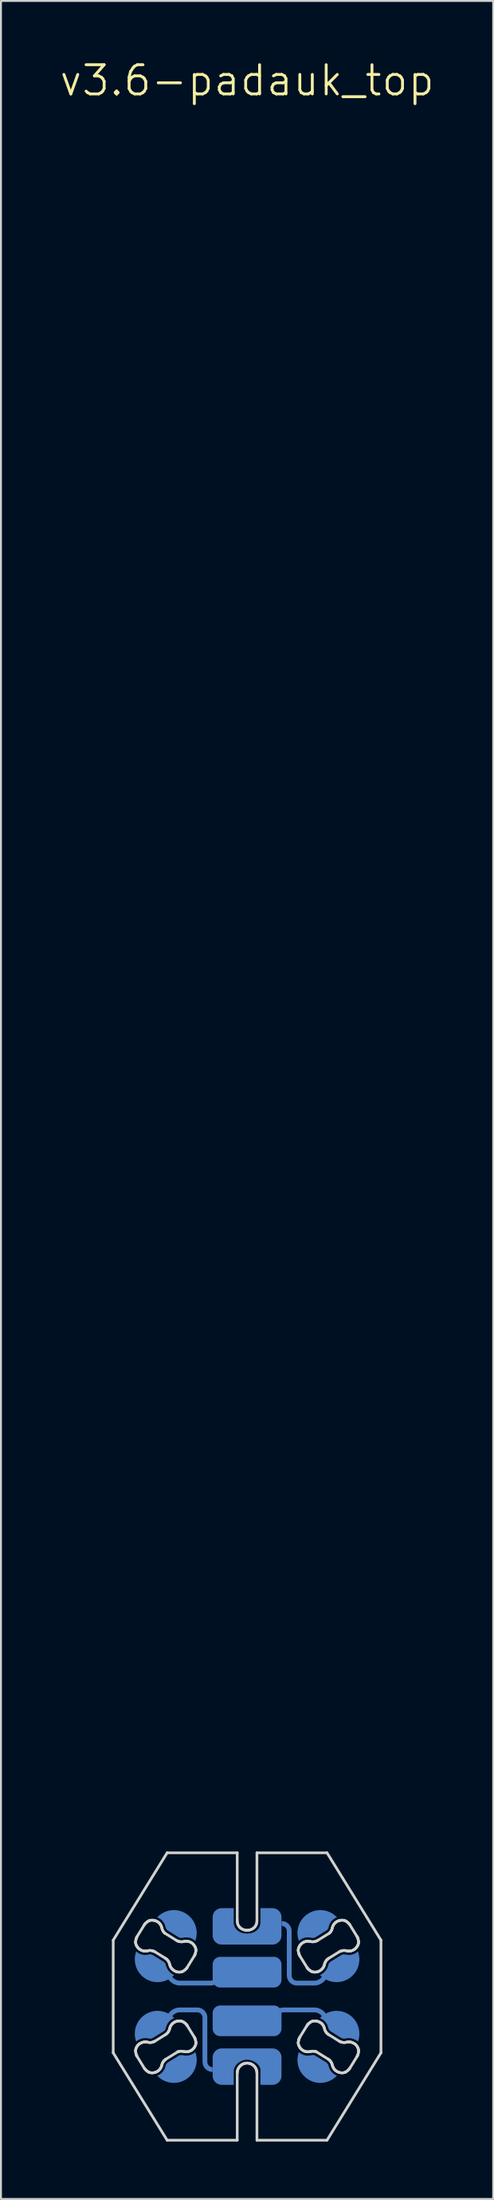
<source format=kicad_pcb>
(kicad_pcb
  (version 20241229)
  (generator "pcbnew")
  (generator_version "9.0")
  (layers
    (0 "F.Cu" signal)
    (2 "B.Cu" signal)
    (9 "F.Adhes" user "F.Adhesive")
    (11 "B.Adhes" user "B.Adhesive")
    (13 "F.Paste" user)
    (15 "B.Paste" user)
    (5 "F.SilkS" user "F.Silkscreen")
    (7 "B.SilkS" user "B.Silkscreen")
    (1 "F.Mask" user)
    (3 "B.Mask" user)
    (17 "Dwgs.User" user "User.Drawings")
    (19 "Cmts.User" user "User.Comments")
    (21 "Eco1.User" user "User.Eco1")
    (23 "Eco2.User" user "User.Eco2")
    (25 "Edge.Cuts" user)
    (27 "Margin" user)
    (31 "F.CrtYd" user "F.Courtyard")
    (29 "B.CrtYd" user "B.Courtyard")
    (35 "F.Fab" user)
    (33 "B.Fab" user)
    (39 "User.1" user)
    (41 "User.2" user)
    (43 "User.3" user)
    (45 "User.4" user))
  (footprint "v3.6-padauk_top"
    (layer "F.Cu")
    (at 9.87 1.155)
    (property "Reference" "v3.6-padauk_top" (at 0 0 0) (layer "F.SilkS") (effects (font (size 1.524 1.524) (thickness 0.15))))
    (attr through_hole)
    (fp_poly (pts (xy -1.325 95.39) (xy -1.371 95.392) (xy -1.415 95.399) (xy -1.459 95.409) (xy -1.5 95.423) (xy -1.54 95.441) (xy -1.577 95.462) (xy -1.613 95.487) (xy -1.646 95.514) (xy -1.676 95.544) (xy -1.703 95.577) (xy -1.728 95.613) (xy -1.749 95.65) (xy -1.767 95.69) (xy -1.781 95.731) (xy -1.791 95.774) (xy -1.798 95.819) (xy -1.8 95.865) (xy -1.8 96.815) (xy -1.798 96.861) (xy -1.791 96.905) (xy -1.781 96.948) (xy -1.767 96.99) (xy -1.749 97.03) (xy -1.728 97.067) (xy -1.703 97.103) (xy -1.676 97.136) (xy -1.646 97.166) (xy -1.613 97.193) (xy -1.577 97.218) (xy -1.54 97.239) (xy -1.5 97.257) (xy -1.459 97.271) (xy -1.415 97.282) (xy -1.371 97.288) (xy -1.325 97.29) (xy 1.325 97.29) (xy 1.371 97.288) (xy 1.415 97.282) (xy 1.459 97.271) (xy 1.5 97.257) (xy 1.54 97.239) (xy 1.577 97.218) (xy 1.613 97.193) (xy 1.646 97.166) (xy 1.676 97.136) (xy 1.703 97.103) (xy 1.728 97.067) (xy 1.749 97.03) (xy 1.767 96.99) (xy 1.781 96.948) (xy 1.791 96.905) (xy 1.798 96.861) (xy 1.8 96.815) (xy 1.8 95.865) (xy 1.798 95.819) (xy 1.791 95.774) (xy 1.781 95.731) (xy 1.767 95.69) (xy 1.749 95.65) (xy 1.728 95.613) (xy 1.703 95.577) (xy 1.676 95.544) (xy 1.646 95.514) (xy 1.613 95.487) (xy 1.577 95.462) (xy 1.54 95.441) (xy 1.5 95.423) (xy 1.459 95.409) (xy 1.415 95.399) (xy 1.371 95.392) (xy 1.325 95.39) (xy 0.699 95.39) (xy 0.699 96.089) (xy 0.698 96.165) (xy 0.689 96.236) (xy 0.672 96.302) (xy 0.648 96.363) (xy 0.618 96.42) (xy 0.581 96.471) (xy 0.538 96.518) (xy 0.491 96.559) (xy 0.439 96.596) (xy 0.384 96.628) (xy 0.325 96.655) (xy 0.263 96.677) (xy 0.199 96.694) (xy 0.134 96.706) (xy 0.067 96.714) (xy 0 96.716) (xy -0.067 96.714) (xy -0.134 96.706) (xy -0.199 96.694) (xy -0.263 96.677) (xy -0.325 96.655) (xy -0.384 96.628) (xy -0.439 96.596) (xy -0.491 96.559) (xy -0.538 96.518) (xy -0.581 96.471) (xy -0.618 96.42) (xy -0.648 96.363) (xy -0.672 96.302) (xy -0.689 96.236) (xy -0.698 96.165) (xy -0.699 96.089) (xy -0.699 95.39) (xy -1.325 95.39)) (stroke (width 0.000001) (type solid)) (fill yes) (layer "B.Cu"))
    (fp_poly (pts (xy -2.709 102.899) (xy -2.734 102.921) (xy -2.76 102.942) (xy -2.786 102.963) (xy -2.814 102.982) (xy -2.85 103.003) (xy -2.886 103.021) (xy -2.923 103.037) (xy -2.96 103.051) (xy -2.999 103.062) (xy -3.037 103.072) (xy -3.077 103.079) (xy -3.116 103.084) (xy -3.156 103.086) (xy -3.196 103.086) (xy -3.236 103.084) (xy -3.276 103.08) (xy -3.316 103.073) (xy -3.355 103.065) (xy -3.387 103.059) (xy -3.419 103.056) (xy -3.451 103.055) (xy -3.48 103.057) (xy -3.526 103.065) (xy -3.531 103.065) (xy -4.129 103.433) (xy -4.162 103.457) (xy -4.191 103.485) (xy -4.216 103.515) (xy -4.236 103.549) (xy -4.253 103.586) (xy -4.264 103.625) (xy -4.274 103.665) (xy -4.285 103.703) (xy -4.3 103.741) (xy -4.316 103.778) (xy -4.334 103.814) (xy -4.354 103.848) (xy -4.376 103.882) (xy -4.4 103.914) (xy -4.426 103.945) (xy -4.454 103.974) (xy -4.483 104.002) (xy -4.514 104.028) (xy -4.546 104.052) (xy -4.58 104.074) (xy -4.61 104.091) (xy -4.64 104.105) (xy -4.671 104.118) (xy -4.701 104.13) (xy -4.664 104.167) (xy -4.627 104.203) (xy -4.587 104.236) (xy -4.547 104.268) (xy -4.506 104.298) (xy -4.463 104.326) (xy -4.419 104.352) (xy -4.375 104.376) (xy -4.33 104.398) (xy -4.283 104.418) (xy -4.237 104.437) (xy -4.189 104.453) (xy -4.141 104.467) (xy -4.092 104.479) (xy -4.043 104.489) (xy -3.993 104.497) (xy -3.944 104.503) (xy -3.893 104.507) (xy -3.843 104.509) (xy -3.793 104.508) (xy -3.742 104.506) (xy -3.692 104.501) (xy -3.641 104.494) (xy -3.591 104.485) (xy -3.541 104.473) (xy -3.491 104.46) (xy -3.442 104.444) (xy -3.393 104.425) (xy -3.344 104.405) (xy -3.296 104.382) (xy -3.249 104.357) (xy -3.202 104.33) (xy -3.156 104.3) (xy -3.113 104.269) (xy -3.071 104.236) (xy -3.031 104.202) (xy -2.992 104.166) (xy -2.956 104.129) (xy -2.922 104.09) (xy -2.889 104.051) (xy -2.858 104.01) (xy -2.829 103.968) (xy -2.803 103.925) (xy -2.778 103.881) (xy -2.755 103.836) (xy -2.734 103.79) (xy -2.715 103.743) (xy -2.698 103.696) (xy -2.683 103.648) (xy -2.67 103.6) (xy -2.659 103.551) (xy -2.65 103.501) (xy -2.643 103.451) (xy -2.638 103.401) (xy -2.636 103.351) (xy -2.635 103.3) (xy -2.637 103.25) (xy -2.641 103.199) (xy -2.647 103.149) (xy -2.655 103.098) (xy -2.665 103.048) (xy -2.678 102.998) (xy -2.692 102.948) (xy -2.709 102.899) (xy -2.709 102.899)) (stroke (width 0.000001) (type solid)) (fill yes) (layer "B.Cu"))
    (fp_poly (pts (xy 2.709 102.899) (xy 2.692 102.948) (xy 2.678 102.998) (xy 2.665 103.048) (xy 2.655 103.098) (xy 2.647 103.149) (xy 2.641 103.199) (xy 2.637 103.25) (xy 2.635 103.3) (xy 2.636 103.351) (xy 2.638 103.401) (xy 2.643 103.451) (xy 2.65 103.501) (xy 2.659 103.551) (xy 2.67 103.6) (xy 2.683 103.648) (xy 2.698 103.696) (xy 2.715 103.743) (xy 2.734 103.79) (xy 2.755 103.836) (xy 2.778 103.881) (xy 2.803 103.925) (xy 2.829 103.968) (xy 2.858 104.01) (xy 2.889 104.051) (xy 2.922 104.09) (xy 2.956 104.129) (xy 2.992 104.166) (xy 3.031 104.202) (xy 3.071 104.236) (xy 3.113 104.269) (xy 3.156 104.3) (xy 3.202 104.33) (xy 3.249 104.357) (xy 3.296 104.382) (xy 3.344 104.405) (xy 3.393 104.425) (xy 3.442 104.444) (xy 3.491 104.46) (xy 3.541 104.473) (xy 3.591 104.485) (xy 3.641 104.494) (xy 3.692 104.501) (xy 3.742 104.505) (xy 3.793 104.508) (xy 3.843 104.509) (xy 3.893 104.507) (xy 3.944 104.503) (xy 3.993 104.497) (xy 4.043 104.489) (xy 4.092 104.479) (xy 4.141 104.467) (xy 4.189 104.453) (xy 4.237 104.436) (xy 4.283 104.418) (xy 4.33 104.398) (xy 4.375 104.376) (xy 4.419 104.352) (xy 4.463 104.326) (xy 4.506 104.298) (xy 4.547 104.268) (xy 4.587 104.236) (xy 4.627 104.203) (xy 4.664 104.167) (xy 4.701 104.13) (xy 4.67 104.118) (xy 4.64 104.105) (xy 4.61 104.091) (xy 4.58 104.074) (xy 4.546 104.052) (xy 4.514 104.028) (xy 4.483 104.002) (xy 4.454 103.974) (xy 4.426 103.945) (xy 4.4 103.914) (xy 4.376 103.882) (xy 4.354 103.848) (xy 4.334 103.814) (xy 4.316 103.778) (xy 4.3 103.741) (xy 4.285 103.703) (xy 4.274 103.665) (xy 4.264 103.625) (xy 4.253 103.586) (xy 4.236 103.549) (xy 4.216 103.515) (xy 4.191 103.485) (xy 4.162 103.457) (xy 4.129 103.433) (xy 3.531 103.065) (xy 3.526 103.065) (xy 3.48 103.057) (xy 3.451 103.055) (xy 3.419 103.056) (xy 3.387 103.059) (xy 3.355 103.065) (xy 3.316 103.073) (xy 3.276 103.08) (xy 3.236 103.084) (xy 3.196 103.086) (xy 3.156 103.086) (xy 3.116 103.084) (xy 3.077 103.079) (xy 3.037 103.072) (xy 2.999 103.062) (xy 2.96 103.051) (xy 2.923 103.037) (xy 2.886 103.021) (xy 2.85 103.003) (xy 2.814 102.982) (xy 2.786 102.963) (xy 2.76 102.942) (xy 2.734 102.921) (xy 2.709 102.899) (xy 2.709 102.899)) (stroke (width 0.000001) (type solid)) (fill yes) (layer "B.Cu"))
    (fp_poly (pts (xy -3.869 95.491) (xy -3.909 95.493) (xy -3.95 95.497) (xy -3.99 95.502) (xy -4.03 95.508) (xy -4.07 95.515) (xy -4.109 95.524) (xy -4.148 95.534) (xy -4.187 95.546) (xy -4.225 95.559) (xy -4.263 95.573) (xy -4.3 95.588) (xy -4.337 95.605) (xy -4.374 95.623) (xy -4.41 95.642) (xy -4.445 95.662) (xy -4.479 95.684) (xy -4.513 95.707) (xy -4.547 95.731) (xy -4.579 95.757) (xy -4.611 95.783) (xy -4.642 95.811) (xy -4.672 95.84) (xy -4.702 95.87) (xy -4.671 95.883) (xy -4.64 95.895) (xy -4.61 95.909) (xy -4.58 95.926) (xy -4.546 95.948) (xy -4.514 95.973) (xy -4.483 95.999) (xy -4.453 96.026) (xy -4.426 96.056) (xy -4.4 96.086) (xy -4.376 96.118) (xy -4.354 96.152) (xy -4.334 96.186) (xy -4.316 96.222) (xy -4.3 96.259) (xy -4.285 96.297) (xy -4.274 96.336) (xy -4.264 96.375) (xy -4.256 96.405) (xy -4.244 96.435) (xy -4.231 96.463) (xy -4.217 96.488) (xy -4.188 96.525) (xy -4.186 96.531) (xy -3.588 96.901) (xy -3.552 96.919) (xy -3.514 96.933) (xy -3.475 96.942) (xy -3.436 96.945) (xy -3.395 96.943) (xy -3.355 96.936) (xy -3.316 96.927) (xy -3.276 96.92) (xy -3.236 96.916) (xy -3.196 96.914) (xy -3.156 96.914) (xy -3.116 96.916) (xy -3.077 96.921) (xy -3.037 96.928) (xy -2.999 96.938) (xy -2.96 96.949) (xy -2.923 96.963) (xy -2.886 96.979) (xy -2.85 96.997) (xy -2.814 97.017) (xy -2.786 97.037) (xy -2.76 97.057) (xy -2.734 97.079) (xy -2.709 97.101) (xy -2.692 97.052) (xy -2.678 97.002) (xy -2.665 96.952) (xy -2.655 96.902) (xy -2.647 96.851) (xy -2.641 96.8) (xy -2.637 96.75) (xy -2.635 96.699) (xy -2.636 96.649) (xy -2.638 96.598) (xy -2.643 96.548) (xy -2.65 96.498) (xy -2.659 96.449) (xy -2.67 96.4) (xy -2.683 96.352) (xy -2.698 96.304) (xy -2.715 96.256) (xy -2.734 96.21) (xy -2.755 96.164) (xy -2.778 96.119) (xy -2.803 96.075) (xy -2.83 96.032) (xy -2.858 95.99) (xy -2.889 95.949) (xy -2.922 95.909) (xy -2.956 95.871) (xy -2.993 95.834) (xy -3.031 95.798) (xy -3.071 95.764) (xy -3.113 95.731) (xy -3.156 95.7) (xy -3.202 95.67) (xy -3.237 95.649) (xy -3.272 95.63) (xy -3.308 95.612) (xy -3.344 95.595) (xy -3.38 95.579) (xy -3.417 95.565) (xy -3.454 95.552) (xy -3.491 95.54) (xy -3.529 95.53) (xy -3.566 95.52) (xy -3.604 95.512) (xy -3.642 95.506) (xy -3.679 95.5) (xy -3.717 95.496) (xy -3.755 95.493) (xy -3.793 95.491) (xy -3.831 95.491) (xy -3.869 95.491) (xy -3.869 95.491)) (stroke (width 0.000001) (type solid)) (fill yes) (layer "B.Cu"))
    (fp_poly (pts (xy -1.325 102.71) (xy -1.371 102.712) (xy -1.415 102.719) (xy -1.459 102.729) (xy -1.5 102.743) (xy -1.54 102.761) (xy -1.577 102.782) (xy -1.613 102.807) (xy -1.646 102.834) (xy -1.676 102.864) (xy -1.703 102.897) (xy -1.728 102.933) (xy -1.749 102.97) (xy -1.767 103.01) (xy -1.781 103.051) (xy -1.791 103.094) (xy -1.798 103.139) (xy -1.8 103.185) (xy -1.8 104.135) (xy -1.798 104.181) (xy -1.791 104.226) (xy -1.781 104.269) (xy -1.767 104.31) (xy -1.749 104.35) (xy -1.728 104.388) (xy -1.703 104.423) (xy -1.676 104.456) (xy -1.646 104.486) (xy -1.613 104.514) (xy -1.577 104.538) (xy -1.54 104.559) (xy -1.5 104.577) (xy -1.459 104.591) (xy -1.415 104.602) (xy -1.371 104.608) (xy -1.325 104.61) (xy -0.699 104.61) (xy -0.699 103.911) (xy -0.697 103.87) (xy -0.692 103.829) (xy -0.683 103.79) (xy -0.671 103.751) (xy -0.656 103.713) (xy -0.638 103.677) (xy -0.617 103.641) (xy -0.594 103.607) (xy -0.568 103.574) (xy -0.54 103.542) (xy -0.51 103.512) (xy -0.479 103.484) (xy -0.445 103.457) (xy -0.41 103.432) (xy -0.373 103.409) (xy -0.336 103.388) (xy -0.297 103.369) (xy -0.257 103.352) (xy -0.217 103.338) (xy -0.176 103.325) (xy -0.135 103.315) (xy -0.093 103.308) (xy -0.051 103.303) (xy -0.01 103.301) (xy 0.033 103.302) (xy 0.076 103.306) (xy 0.12 103.312) (xy 0.164 103.321) (xy 0.207 103.333) (xy 0.251 103.347) (xy 0.293 103.364) (xy 0.335 103.382) (xy 0.376 103.403) (xy 0.416 103.426) (xy 0.453 103.451) (xy 0.49 103.478) (xy 0.524 103.507) (xy 0.556 103.537) (xy 0.585 103.569) (xy 0.612 103.603) (xy 0.636 103.637) (xy 0.656 103.673) (xy 0.673 103.711) (xy 0.687 103.749) (xy 0.696 103.788) (xy 0.702 103.828) (xy 0.703 103.869) (xy 0.699 103.911) (xy 0.699 104.61) (xy 1.325 104.61) (xy 1.371 104.608) (xy 1.415 104.602) (xy 1.459 104.591) (xy 1.5 104.577) (xy 1.54 104.559) (xy 1.577 104.538) (xy 1.613 104.514) (xy 1.646 104.486) (xy 1.676 104.456) (xy 1.703 104.423) (xy 1.728 104.388) (xy 1.749 104.35) (xy 1.767 104.31) (xy 1.781 104.269) (xy 1.791 104.226) (xy 1.798 104.181) (xy 1.8 104.135) (xy 1.8 103.185) (xy 1.798 103.139) (xy 1.791 103.094) (xy 1.781 103.051) (xy 1.767 103.01) (xy 1.749 102.97) (xy 1.728 102.933) (xy 1.703 102.897) (xy 1.676 102.864) (xy 1.646 102.834) (xy 1.613 102.807) (xy 1.577 102.782) (xy 1.54 102.761) (xy 1.5 102.743) (xy 1.459 102.729) (xy 1.415 102.719) (xy 1.371 102.712) (xy 1.325 102.71) (xy -1.325 102.71)) (stroke (width 0.000001) (type solid)) (fill yes) (layer "B.Cu"))
    (fp_poly (pts (xy 3.869 95.491) (xy 3.831 95.491) (xy 3.793 95.491) (xy 3.755 95.493) (xy 3.717 95.496) (xy 3.679 95.5) (xy 3.642 95.506) (xy 3.604 95.512) (xy 3.566 95.52) (xy 3.529 95.53) (xy 3.491 95.54) (xy 3.454 95.552) (xy 3.417 95.565) (xy 3.38 95.579) (xy 3.344 95.595) (xy 3.308 95.612) (xy 3.272 95.63) (xy 3.237 95.649) (xy 3.202 95.67) (xy 3.156 95.7) (xy 3.113 95.731) (xy 3.071 95.764) (xy 3.031 95.798) (xy 2.993 95.834) (xy 2.956 95.871) (xy 2.922 95.909) (xy 2.889 95.949) (xy 2.858 95.99) (xy 2.83 96.032) (xy 2.803 96.075) (xy 2.778 96.119) (xy 2.755 96.164) (xy 2.734 96.21) (xy 2.715 96.256) (xy 2.698 96.304) (xy 2.683 96.352) (xy 2.67 96.4) (xy 2.659 96.449) (xy 2.65 96.498) (xy 2.643 96.548) (xy 2.638 96.598) (xy 2.636 96.649) (xy 2.635 96.699) (xy 2.637 96.75) (xy 2.641 96.8) (xy 2.647 96.851) (xy 2.655 96.902) (xy 2.665 96.952) (xy 2.678 97.002) (xy 2.692 97.052) (xy 2.709 97.101) (xy 2.734 97.079) (xy 2.76 97.057) (xy 2.786 97.037) (xy 2.814 97.017) (xy 2.85 96.997) (xy 2.886 96.979) (xy 2.923 96.963) (xy 2.96 96.949) (xy 2.999 96.938) (xy 3.037 96.928) (xy 3.077 96.921) (xy 3.116 96.916) (xy 3.156 96.914) (xy 3.196 96.914) (xy 3.236 96.916) (xy 3.276 96.92) (xy 3.316 96.927) (xy 3.355 96.936) (xy 3.395 96.943) (xy 3.436 96.945) (xy 3.475 96.942) (xy 3.514 96.933) (xy 3.552 96.919) (xy 3.588 96.901) (xy 4.186 96.531) (xy 4.188 96.525) (xy 4.217 96.488) (xy 4.231 96.463) (xy 4.244 96.435) (xy 4.256 96.405) (xy 4.264 96.375) (xy 4.274 96.336) (xy 4.285 96.297) (xy 4.3 96.259) (xy 4.316 96.222) (xy 4.334 96.186) (xy 4.354 96.152) (xy 4.376 96.118) (xy 4.4 96.086) (xy 4.426 96.056) (xy 4.454 96.026) (xy 4.483 95.999) (xy 4.514 95.973) (xy 4.546 95.948) (xy 4.58 95.926) (xy 4.61 95.909) (xy 4.64 95.895) (xy 4.671 95.883) (xy 4.702 95.87) (xy 4.672 95.84) (xy 4.642 95.811) (xy 4.611 95.783) (xy 4.579 95.757) (xy 4.547 95.731) (xy 4.513 95.707) (xy 4.479 95.684) (xy 4.445 95.662) (xy 4.41 95.642) (xy 4.374 95.623) (xy 4.337 95.605) (xy 4.3 95.588) (xy 4.263 95.573) (xy 4.225 95.559) (xy 4.187 95.546) (xy 4.148 95.534) (xy 4.109 95.524) (xy 4.07 95.515) (xy 4.03 95.508) (xy 3.99 95.502) (xy 3.95 95.497) (xy 3.909 95.493) (xy 3.869 95.491) (xy 3.869 95.491)) (stroke (width 0.000001) (type solid)) (fill yes) (layer "B.Cu"))
    (fp_poly (pts (xy -3.506 100.574) (xy -3.547 100.575) (xy -3.589 100.579) (xy -3.629 100.585) (xy -3.669 100.592) (xy -3.708 100.602) (xy -3.746 100.614) (xy -3.783 100.628) (xy -3.82 100.644) (xy -3.855 100.661) (xy -3.889 100.68) (xy -3.922 100.701) (xy -3.954 100.724) (xy -3.985 100.748) (xy -4.015 100.774) (xy -4.043 100.801) (xy -4.069 100.83) (xy -4.095 100.86) (xy -4.119 100.891) (xy -4.155 100.872) (xy -4.192 100.855) (xy -4.23 100.839) (xy -4.268 100.824) (xy -4.306 100.811) (xy -4.345 100.799) (xy -4.384 100.788) (xy -4.424 100.779) (xy -4.464 100.77) (xy -4.504 100.764) (xy -4.544 100.758) (xy -4.584 100.754) (xy -4.625 100.751) (xy -4.666 100.75) (xy -4.707 100.75) (xy -4.748 100.752) (xy -4.788 100.755) (xy -4.829 100.759) (xy -4.87 100.765) (xy -4.911 100.772) (xy -4.951 100.781) (xy -4.992 100.791) (xy -5.032 100.803) (xy -5.072 100.816) (xy -5.112 100.831) (xy -5.151 100.847) (xy -5.19 100.865) (xy -5.229 100.884) (xy -5.267 100.905) (xy -5.305 100.927) (xy -5.35 100.957) (xy -5.393 100.988) (xy -5.435 101.02) (xy -5.475 101.054) (xy -5.513 101.09) (xy -5.549 101.127) (xy -5.584 101.165) (xy -5.616 101.204) (xy -5.647 101.245) (xy -5.675 101.287) (xy -5.702 101.33) (xy -5.727 101.373) (xy -5.75 101.418) (xy -5.771 101.464) (xy -5.79 101.51) (xy -5.807 101.557) (xy -5.822 101.605) (xy -5.836 101.653) (xy -5.847 101.701) (xy -5.856 101.751) (xy -5.863 101.8) (xy -5.867 101.85) (xy -5.87 101.9) (xy -5.871 101.95) (xy -5.87 102.001) (xy -5.866 102.051) (xy -5.86 102.101) (xy -5.853 102.152) (xy -5.843 102.202) (xy -5.831 102.252) (xy -5.816 102.301) (xy -5.8 102.35) (xy -5.775 102.329) (xy -5.748 102.309) (xy -5.721 102.291) (xy -5.684 102.27) (xy -5.647 102.25) (xy -5.609 102.233) (xy -5.571 102.218) (xy -5.533 102.205) (xy -5.494 102.194) (xy -5.455 102.185) (xy -5.416 102.179) (xy -5.377 102.174) (xy -5.338 102.172) (xy -5.3 102.171) (xy -5.261 102.173) (xy -5.223 102.177) (xy -5.186 102.183) (xy -5.149 102.192) (xy -5.108 102.199) (xy -5.068 102.201) (xy -5.028 102.198) (xy -4.989 102.189) (xy -4.952 102.175) (xy -4.916 102.156) (xy -4.379 101.824) (xy -4.346 101.801) (xy -4.317 101.774) (xy -4.292 101.743) (xy -4.272 101.709) (xy -4.256 101.673) (xy -4.244 101.633) (xy -4.234 101.594) (xy -4.222 101.555) (xy -4.208 101.517) (xy -4.192 101.48) (xy -4.173 101.444) (xy -4.153 101.41) (xy -4.131 101.376) (xy -4.107 101.344) (xy -4.081 101.313) (xy -4.053 101.284) (xy -4.024 101.256) (xy -3.993 101.23) (xy -3.96 101.206) (xy -3.926 101.184) (xy -3.897 101.167) (xy -3.867 101.154) (xy -3.837 101.141) (xy -3.807 101.129) (xy -3.833 101.103) (xy -3.859 101.078) (xy -3.885 101.053) (xy -3.912 101.03) (xy -3.888 101) (xy -3.862 100.971) (xy -3.833 100.945) (xy -3.803 100.921) (xy -3.771 100.9) (xy -3.737 100.881) (xy -3.702 100.864) (xy -3.665 100.85) (xy -3.627 100.839) (xy -3.588 100.831) (xy -3.547 100.826) (xy -3.506 100.824) (xy -2.606 100.824) (xy -2.561 100.828) (xy -2.518 100.838) (xy -2.478 100.855) (xy -2.442 100.877) (xy -2.41 100.905) (xy -2.383 100.937) (xy -2.361 100.973) (xy -2.344 101.012) (xy -2.334 101.055) (xy -2.33 101.1) (xy -2.33 103.41) (xy -2.328 103.455) (xy -2.322 103.5) (xy -2.313 103.542) (xy -2.3 103.584) (xy -2.284 103.624) (xy -2.265 103.662) (xy -2.243 103.699) (xy -2.218 103.734) (xy -2.19 103.766) (xy -2.16 103.796) (xy -2.128 103.824) (xy -2.093 103.849) (xy -2.057 103.871) (xy -2.018 103.89) (xy -1.978 103.906) (xy -1.937 103.919) (xy -1.894 103.928) (xy -1.85 103.934) (xy -1.805 103.936) (xy -1.805 103.686) (xy -1.85 103.682) (xy -1.892 103.672) (xy -1.932 103.655) (xy -1.968 103.633) (xy -2 103.606) (xy -2.027 103.574) (xy -2.049 103.537) (xy -2.066 103.498) (xy -2.076 103.455) (xy -2.08 103.41) (xy -2.08 101.1) (xy -2.082 101.055) (xy -2.088 101.011) (xy -2.097 100.968) (xy -2.11 100.926) (xy -2.126 100.886) (xy -2.145 100.848) (xy -2.167 100.811) (xy -2.192 100.777) (xy -2.22 100.744) (xy -2.25 100.714) (xy -2.282 100.687) (xy -2.317 100.662) (xy -2.353 100.639) (xy -2.392 100.62) (xy -2.432 100.604) (xy -2.473 100.591) (xy -2.516 100.582) (xy -2.56 100.576) (xy -2.606 100.574) (xy -3.506 100.574)) (stroke (width 0.000001) (type solid)) (fill yes) (layer "B.Cu"))
    (fp_poly (pts (xy 1.805 96.064) (xy 1.805 96.315) (xy 1.85 96.318) (xy 1.892 96.328) (xy 1.932 96.345) (xy 1.968 96.367) (xy 2 96.395) (xy 2.027 96.427) (xy 2.049 96.463) (xy 2.066 96.502) (xy 2.076 96.545) (xy 2.08 96.59) (xy 2.08 98.9) (xy 2.082 98.946) (xy 2.088 98.99) (xy 2.097 99.032) (xy 2.11 99.074) (xy 2.126 99.114) (xy 2.145 99.152) (xy 2.167 99.189) (xy 2.192 99.224) (xy 2.22 99.256) (xy 2.25 99.286) (xy 2.282 99.314) (xy 2.317 99.339) (xy 2.353 99.361) (xy 2.392 99.38) (xy 2.432 99.396) (xy 2.473 99.409) (xy 2.516 99.418) (xy 2.56 99.424) (xy 2.606 99.426) (xy 3.506 99.426) (xy 3.548 99.425) (xy 3.589 99.421) (xy 3.629 99.416) (xy 3.669 99.408) (xy 3.708 99.398) (xy 3.746 99.386) (xy 3.783 99.372) (xy 3.82 99.357) (xy 3.855 99.339) (xy 3.89 99.32) (xy 3.923 99.299) (xy 3.955 99.276) (xy 3.986 99.252) (xy 4.015 99.226) (xy 4.043 99.199) (xy 4.07 99.17) (xy 4.095 99.14) (xy 4.119 99.109) (xy 4.156 99.127) (xy 4.193 99.144) (xy 4.23 99.16) (xy 4.268 99.175) (xy 4.307 99.189) (xy 4.346 99.201) (xy 4.385 99.211) (xy 4.424 99.221) (xy 4.464 99.229) (xy 4.504 99.236) (xy 4.544 99.241) (xy 4.585 99.245) (xy 4.625 99.248) (xy 4.666 99.249) (xy 4.707 99.249) (xy 4.748 99.248) (xy 4.789 99.245) (xy 4.829 99.241) (xy 4.87 99.235) (xy 4.911 99.228) (xy 4.951 99.219) (xy 4.992 99.209) (xy 5.032 99.197) (xy 5.072 99.184) (xy 5.112 99.169) (xy 5.151 99.153) (xy 5.19 99.135) (xy 5.229 99.116) (xy 5.267 99.095) (xy 5.305 99.073) (xy 5.35 99.043) (xy 5.394 99.012) (xy 5.436 98.979) (xy 5.476 98.945) (xy 5.514 98.909) (xy 5.55 98.872) (xy 5.585 98.833) (xy 5.617 98.794) (xy 5.648 98.753) (xy 5.677 98.711) (xy 5.704 98.668) (xy 5.729 98.624) (xy 5.752 98.579) (xy 5.773 98.533) (xy 5.792 98.487) (xy 5.809 98.439) (xy 5.824 98.391) (xy 5.836 98.343) (xy 5.847 98.294) (xy 5.856 98.244) (xy 5.863 98.195) (xy 5.868 98.145) (xy 5.87 98.094) (xy 5.871 98.044) (xy 5.869 97.993) (xy 5.865 97.943) (xy 5.859 97.892) (xy 5.851 97.842) (xy 5.841 97.791) (xy 5.828 97.741) (xy 5.814 97.691) (xy 5.797 97.642) (xy 5.772 97.664) (xy 5.746 97.686) (xy 5.72 97.707) (xy 5.692 97.726) (xy 5.656 97.747) (xy 5.62 97.765) (xy 5.583 97.781) (xy 5.545 97.795) (xy 5.507 97.806) (xy 5.468 97.816) (xy 5.428 97.823) (xy 5.389 97.828) (xy 5.349 97.83) (xy 5.308 97.83) (xy 5.268 97.828) (xy 5.228 97.824) (xy 5.188 97.817) (xy 5.149 97.808) (xy 5.108 97.801) (xy 5.068 97.799) (xy 5.028 97.802) (xy 4.989 97.811) (xy 4.952 97.825) (xy 4.916 97.844) (xy 4.379 98.176) (xy 4.346 98.199) (xy 4.317 98.226) (xy 4.292 98.257) (xy 4.272 98.291) (xy 4.256 98.328) (xy 4.244 98.367) (xy 4.235 98.404) (xy 4.224 98.441) (xy 4.21 98.476) (xy 4.195 98.512) (xy 4.177 98.546) (xy 4.157 98.579) (xy 4.136 98.612) (xy 4.112 98.644) (xy 4.087 98.675) (xy 4.06 98.704) (xy 4.031 98.733) (xy 4 98.76) (xy 3.968 98.786) (xy 3.934 98.811) (xy 3.898 98.834) (xy 3.871 98.85) (xy 3.843 98.864) (xy 3.814 98.877) (xy 3.838 98.901) (xy 3.863 98.925) (xy 3.887 98.948) (xy 3.913 98.97) (xy 3.889 99) (xy 3.862 99.029) (xy 3.834 99.055) (xy 3.803 99.079) (xy 3.771 99.1) (xy 3.737 99.12) (xy 3.702 99.136) (xy 3.665 99.15) (xy 3.627 99.161) (xy 3.588 99.169) (xy 3.547 99.174) (xy 3.506 99.176) (xy 2.606 99.176) (xy 2.561 99.172) (xy 2.518 99.162) (xy 2.478 99.145) (xy 2.442 99.123) (xy 2.41 99.096) (xy 2.383 99.064) (xy 2.361 99.028) (xy 2.344 98.988) (xy 2.334 98.945) (xy 2.33 98.9) (xy 2.33 96.59) (xy 2.328 96.545) (xy 2.322 96.501) (xy 2.313 96.458) (xy 2.3 96.416) (xy 2.284 96.376) (xy 2.265 96.338) (xy 2.243 96.301) (xy 2.218 96.267) (xy 2.19 96.234) (xy 2.16 96.204) (xy 2.128 96.177) (xy 2.093 96.152) (xy 2.057 96.129) (xy 2.018 96.11) (xy 1.978 96.094) (xy 1.937 96.081) (xy 1.894 96.072) (xy 1.85 96.066) (xy 1.805 96.064) (xy 1.805 96.064)) (stroke (width 0.000001) (type solid)) (fill yes) (layer "B.Cu"))
    (fp_poly (pts (xy -1.4 100.47) (xy -1.444 100.472) (xy -1.486 100.479) (xy -1.527 100.49) (xy -1.565 100.505) (xy -1.602 100.524) (xy -1.636 100.547) (xy -1.668 100.573) (xy -1.697 100.602) (xy -1.723 100.633) (xy -1.745 100.668) (xy -1.764 100.704) (xy -1.78 100.743) (xy -1.791 100.784) (xy -1.798 100.826) (xy -1.8 100.87) (xy -1.8 101.67) (xy -1.798 101.713) (xy -1.791 101.756) (xy -1.78 101.797) (xy -1.764 101.835) (xy -1.745 101.872) (xy -1.723 101.906) (xy -1.697 101.938) (xy -1.668 101.967) (xy -1.636 101.993) (xy -1.602 102.016) (xy -1.565 102.035) (xy -1.527 102.05) (xy -1.486 102.061) (xy -1.444 102.068) (xy -1.4 102.07) (xy 1.4 102.07) (xy 1.444 102.068) (xy 1.486 102.061) (xy 1.527 102.05) (xy 1.565 102.035) (xy 1.602 102.016) (xy 1.636 101.993) (xy 1.668 101.967) (xy 1.697 101.938) (xy 1.723 101.906) (xy 1.745 101.872) (xy 1.764 101.835) (xy 1.78 101.797) (xy 1.791 101.756) (xy 1.798 101.713) (xy 1.8 101.67) (xy 1.8 100.87) (xy 1.797 100.845) (xy 1.83 100.834) (xy 1.866 100.827) (xy 1.902 100.824) (xy 3.506 100.824) (xy 3.547 100.826) (xy 3.588 100.831) (xy 3.627 100.839) (xy 3.665 100.85) (xy 3.702 100.864) (xy 3.737 100.88) (xy 3.771 100.9) (xy 3.803 100.921) (xy 3.833 100.945) (xy 3.862 100.971) (xy 3.888 100.999) (xy 3.912 101.029) (xy 3.885 101.053) (xy 3.859 101.078) (xy 3.833 101.103) (xy 3.807 101.129) (xy 3.837 101.141) (xy 3.867 101.153) (xy 3.897 101.167) (xy 3.926 101.183) (xy 3.96 101.206) (xy 3.993 101.23) (xy 4.024 101.256) (xy 4.053 101.284) (xy 4.081 101.313) (xy 4.107 101.344) (xy 4.131 101.376) (xy 4.153 101.409) (xy 4.173 101.444) (xy 4.192 101.48) (xy 4.208 101.517) (xy 4.222 101.554) (xy 4.234 101.593) (xy 4.244 101.633) (xy 4.256 101.672) (xy 4.272 101.709) (xy 4.292 101.743) (xy 4.317 101.774) (xy 4.346 101.801) (xy 4.379 101.824) (xy 4.916 102.156) (xy 4.952 102.175) (xy 4.989 102.188) (xy 5.028 102.197) (xy 5.068 102.2) (xy 5.108 102.199) (xy 5.149 102.191) (xy 5.186 102.183) (xy 5.223 102.177) (xy 5.261 102.173) (xy 5.3 102.171) (xy 5.338 102.171) (xy 5.377 102.174) (xy 5.416 102.178) (xy 5.455 102.185) (xy 5.494 102.194) (xy 5.533 102.205) (xy 5.571 102.218) (xy 5.609 102.233) (xy 5.647 102.25) (xy 5.684 102.269) (xy 5.721 102.291) (xy 5.748 102.309) (xy 5.775 102.329) (xy 5.8 102.35) (xy 5.816 102.301) (xy 5.831 102.251) (xy 5.843 102.202) (xy 5.853 102.152) (xy 5.86 102.101) (xy 5.866 102.051) (xy 5.87 102.001) (xy 5.871 101.95) (xy 5.87 101.9) (xy 5.867 101.85) (xy 5.863 101.8) (xy 5.856 101.751) (xy 5.847 101.701) (xy 5.836 101.653) (xy 5.822 101.604) (xy 5.807 101.557) (xy 5.79 101.51) (xy 5.771 101.463) (xy 5.75 101.418) (xy 5.727 101.373) (xy 5.702 101.329) (xy 5.675 101.287) (xy 5.647 101.245) (xy 5.616 101.204) (xy 5.584 101.165) (xy 5.549 101.127) (xy 5.513 101.09) (xy 5.475 101.054) (xy 5.435 101.02) (xy 5.393 100.987) (xy 5.35 100.956) (xy 5.305 100.927) (xy 5.267 100.905) (xy 5.229 100.884) (xy 5.19 100.864) (xy 5.151 100.847) (xy 5.111 100.83) (xy 5.072 100.816) (xy 5.032 100.803) (xy 4.992 100.791) (xy 4.951 100.781) (xy 4.911 100.772) (xy 4.87 100.765) (xy 4.829 100.759) (xy 4.788 100.755) (xy 4.748 100.752) (xy 4.707 100.75) (xy 4.666 100.75) (xy 4.625 100.751) (xy 4.584 100.754) (xy 4.544 100.758) (xy 4.504 100.764) (xy 4.464 100.77) (xy 4.424 100.779) (xy 4.384 100.788) (xy 4.345 100.799) (xy 4.306 100.811) (xy 4.268 100.824) (xy 4.23 100.839) (xy 4.192 100.855) (xy 4.155 100.872) (xy 4.119 100.891) (xy 4.095 100.86) (xy 4.069 100.83) (xy 4.043 100.801) (xy 4.015 100.774) (xy 3.985 100.748) (xy 3.954 100.724) (xy 3.922 100.701) (xy 3.889 100.68) (xy 3.855 100.661) (xy 3.819 100.643) (xy 3.783 100.628) (xy 3.746 100.614) (xy 3.708 100.602) (xy 3.669 100.592) (xy 3.629 100.584) (xy 3.589 100.579) (xy 3.547 100.575) (xy 3.506 100.574) (xy 1.902 100.574) (xy 1.868 100.575) (xy 1.834 100.579) (xy 1.8 100.584) (xy 1.768 100.592) (xy 1.736 100.602) (xy 1.705 100.613) (xy 1.679 100.586) (xy 1.651 100.56) (xy 1.621 100.537) (xy 1.588 100.518) (xy 1.554 100.501) (xy 1.517 100.488) (xy 1.48 100.478) (xy 1.44 100.472) (xy 1.4 100.47) (xy -1.4 100.47)) (stroke (width 0.000001) (type solid)) (fill yes) (layer "B.Cu"))
    (fp_poly (pts (xy -5.797 97.642) (xy -5.814 97.691) (xy -5.828 97.741) (xy -5.841 97.791) (xy -5.851 97.842) (xy -5.859 97.892) (xy -5.865 97.943) (xy -5.869 97.993) (xy -5.871 98.044) (xy -5.87 98.094) (xy -5.868 98.145) (xy -5.863 98.195) (xy -5.856 98.244) (xy -5.847 98.294) (xy -5.836 98.343) (xy -5.824 98.391) (xy -5.809 98.439) (xy -5.792 98.487) (xy -5.773 98.533) (xy -5.752 98.579) (xy -5.729 98.624) (xy -5.704 98.668) (xy -5.677 98.711) (xy -5.648 98.753) (xy -5.617 98.794) (xy -5.585 98.833) (xy -5.55 98.872) (xy -5.514 98.909) (xy -5.476 98.945) (xy -5.436 98.979) (xy -5.394 99.012) (xy -5.35 99.043) (xy -5.305 99.073) (xy -5.267 99.095) (xy -5.229 99.116) (xy -5.19 99.135) (xy -5.151 99.153) (xy -5.111 99.169) (xy -5.072 99.184) (xy -5.032 99.197) (xy -4.992 99.209) (xy -4.951 99.219) (xy -4.911 99.228) (xy -4.87 99.235) (xy -4.829 99.241) (xy -4.788 99.245) (xy -4.748 99.248) (xy -4.707 99.249) (xy -4.666 99.25) (xy -4.625 99.248) (xy -4.584 99.246) (xy -4.544 99.241) (xy -4.504 99.236) (xy -4.464 99.229) (xy -4.424 99.221) (xy -4.384 99.212) (xy -4.345 99.201) (xy -4.306 99.189) (xy -4.268 99.175) (xy -4.23 99.16) (xy -4.192 99.144) (xy -4.155 99.127) (xy -4.119 99.109) (xy -4.095 99.14) (xy -4.069 99.17) (xy -4.043 99.198) (xy -4.015 99.226) (xy -3.985 99.251) (xy -3.954 99.276) (xy -3.922 99.298) (xy -3.889 99.32) (xy -3.855 99.339) (xy -3.82 99.356) (xy -3.783 99.372) (xy -3.746 99.386) (xy -3.708 99.398) (xy -3.669 99.408) (xy -3.629 99.416) (xy -3.589 99.421) (xy -3.547 99.425) (xy -3.506 99.426) (xy -1.902 99.426) (xy -1.868 99.425) (xy -1.834 99.421) (xy -1.8 99.415) (xy -1.768 99.408) (xy -1.736 99.398) (xy -1.705 99.386) (xy -1.68 99.414) (xy -1.651 99.44) (xy -1.621 99.462) (xy -1.588 99.482) (xy -1.554 99.499) (xy -1.518 99.512) (xy -1.48 99.522) (xy -1.44 99.528) (xy -1.4 99.53) (xy 1.4 99.53) (xy 1.444 99.528) (xy 1.486 99.521) (xy 1.527 99.51) (xy 1.565 99.494) (xy 1.602 99.475) (xy 1.636 99.453) (xy 1.668 99.427) (xy 1.697 99.398) (xy 1.723 99.366) (xy 1.745 99.332) (xy 1.764 99.295) (xy 1.78 99.257) (xy 1.791 99.216) (xy 1.798 99.174) (xy 1.8 99.13) (xy 1.8 98.33) (xy 1.798 98.286) (xy 1.791 98.244) (xy 1.78 98.203) (xy 1.764 98.164) (xy 1.745 98.128) (xy 1.723 98.093) (xy 1.697 98.062) (xy 1.668 98.033) (xy 1.636 98.007) (xy 1.602 97.984) (xy 1.565 97.965) (xy 1.527 97.95) (xy 1.486 97.939) (xy 1.444 97.932) (xy 1.4 97.93) (xy -1.4 97.93) (xy -1.444 97.932) (xy -1.486 97.939) (xy -1.527 97.95) (xy -1.565 97.965) (xy -1.602 97.984) (xy -1.636 98.007) (xy -1.668 98.033) (xy -1.697 98.062) (xy -1.723 98.093) (xy -1.745 98.128) (xy -1.764 98.164) (xy -1.78 98.203) (xy -1.791 98.244) (xy -1.798 98.286) (xy -1.8 98.33) (xy -1.8 99.13) (xy -1.797 99.155) (xy -1.83 99.166) (xy -1.866 99.173) (xy -1.902 99.176) (xy -3.506 99.176) (xy -3.547 99.174) (xy -3.588 99.169) (xy -3.627 99.161) (xy -3.665 99.15) (xy -3.702 99.136) (xy -3.737 99.12) (xy -3.771 99.1) (xy -3.803 99.079) (xy -3.834 99.055) (xy -3.862 99.029) (xy -3.889 99) (xy -3.913 98.97) (xy -3.887 98.948) (xy -3.863 98.925) (xy -3.838 98.901) (xy -3.814 98.877) (xy -3.843 98.864) (xy -3.871 98.85) (xy -3.898 98.834) (xy -3.934 98.811) (xy -3.968 98.786) (xy -4 98.76) (xy -4.031 98.733) (xy -4.06 98.704) (xy -4.087 98.675) (xy -4.112 98.644) (xy -4.136 98.612) (xy -4.157 98.579) (xy -4.177 98.546) (xy -4.195 98.511) (xy -4.21 98.476) (xy -4.224 98.441) (xy -4.235 98.404) (xy -4.244 98.367) (xy -4.256 98.328) (xy -4.272 98.291) (xy -4.292 98.257) (xy -4.317 98.226) (xy -4.346 98.199) (xy -4.379 98.176) (xy -4.916 97.844) (xy -4.952 97.825) (xy -4.989 97.811) (xy -5.028 97.802) (xy -5.068 97.799) (xy -5.108 97.801) (xy -5.149 97.808) (xy -5.188 97.817) (xy -5.228 97.824) (xy -5.268 97.828) (xy -5.308 97.83) (xy -5.349 97.83) (xy -5.389 97.828) (xy -5.428 97.823) (xy -5.468 97.816) (xy -5.507 97.806) (xy -5.545 97.795) (xy -5.583 97.781) (xy -5.62 97.765) (xy -5.656 97.747) (xy -5.692 97.726) (xy -5.72 97.707) (xy -5.746 97.686) (xy -5.772 97.664) (xy -5.797 97.642) (xy -5.797 97.642)) (stroke (width 0.000001) (type solid)) (fill yes) (layer "B.Cu"))
    (fp_poly (pts (xy -1.4 97.93) (xy -1.444 97.932) (xy -1.486 97.939) (xy -1.527 97.95) (xy -1.565 97.965) (xy -1.602 97.984) (xy -1.636 98.007) (xy -1.668 98.033) (xy -1.697 98.062) (xy -1.723 98.093) (xy -1.745 98.128) (xy -1.764 98.164) (xy -1.78 98.203) (xy -1.791 98.244) (xy -1.798 98.286) (xy -1.8 98.33) (xy -1.8 99.13) (xy -1.798 99.174) (xy -1.791 99.216) (xy -1.78 99.257) (xy -1.764 99.295) (xy -1.745 99.332) (xy -1.723 99.366) (xy -1.697 99.398) (xy -1.668 99.427) (xy -1.636 99.453) (xy -1.602 99.475) (xy -1.565 99.494) (xy -1.527 99.51) (xy -1.486 99.521) (xy -1.444 99.528) (xy -1.4 99.53) (xy 1.4 99.53) (xy 1.444 99.528) (xy 1.486 99.521) (xy 1.527 99.51) (xy 1.565 99.494) (xy 1.602 99.475) (xy 1.636 99.453) (xy 1.668 99.427) (xy 1.697 99.398) (xy 1.723 99.366) (xy 1.745 99.332) (xy 1.764 99.295) (xy 1.78 99.257) (xy 1.791 99.216) (xy 1.798 99.174) (xy 1.8 99.13) (xy 1.8 98.33) (xy 1.798 98.286) (xy 1.791 98.244) (xy 1.78 98.203) (xy 1.764 98.164) (xy 1.745 98.128) (xy 1.723 98.093) (xy 1.697 98.062) (xy 1.668 98.033) (xy 1.636 98.007) (xy 1.602 97.984) (xy 1.565 97.965) (xy 1.527 97.95) (xy 1.486 97.939) (xy 1.444 97.932) (xy 1.4 97.93) (xy -1.4 97.93)) (stroke (width 0.000001) (type solid)) (fill yes) (layer "B.Mask"))
    (fp_poly (pts (xy -1.4 100.47) (xy -1.444 100.472) (xy -1.486 100.479) (xy -1.527 100.49) (xy -1.565 100.505) (xy -1.602 100.524) (xy -1.636 100.547) (xy -1.668 100.573) (xy -1.697 100.602) (xy -1.723 100.633) (xy -1.745 100.668) (xy -1.764 100.704) (xy -1.78 100.743) (xy -1.791 100.784) (xy -1.798 100.826) (xy -1.8 100.87) (xy -1.8 101.67) (xy -1.798 101.713) (xy -1.791 101.756) (xy -1.78 101.797) (xy -1.764 101.835) (xy -1.745 101.872) (xy -1.723 101.906) (xy -1.697 101.938) (xy -1.668 101.967) (xy -1.636 101.993) (xy -1.602 102.016) (xy -1.565 102.035) (xy -1.527 102.05) (xy -1.486 102.061) (xy -1.444 102.068) (xy -1.4 102.07) (xy 1.4 102.07) (xy 1.444 102.068) (xy 1.486 102.061) (xy 1.527 102.05) (xy 1.565 102.035) (xy 1.602 102.016) (xy 1.636 101.993) (xy 1.668 101.967) (xy 1.697 101.938) (xy 1.723 101.906) (xy 1.745 101.872) (xy 1.764 101.835) (xy 1.78 101.797) (xy 1.791 101.756) (xy 1.798 101.713) (xy 1.8 101.67) (xy 1.8 100.87) (xy 1.798 100.826) (xy 1.791 100.784) (xy 1.78 100.743) (xy 1.764 100.704) (xy 1.745 100.668) (xy 1.723 100.633) (xy 1.697 100.602) (xy 1.668 100.573) (xy 1.636 100.547) (xy 1.602 100.524) (xy 1.565 100.505) (xy 1.527 100.49) (xy 1.486 100.479) (xy 1.444 100.472) (xy 1.4 100.47) (xy -1.4 100.47)) (stroke (width 0.000001) (type solid)) (fill yes) (layer "B.Mask"))
    (fp_poly (pts (xy -1.4 95.39) (xy -1.444 95.392) (xy -1.486 95.399) (xy -1.527 95.41) (xy -1.565 95.426) (xy -1.602 95.444) (xy -1.636 95.467) (xy -1.668 95.493) (xy -1.697 95.522) (xy -1.723 95.553) (xy -1.745 95.588) (xy -1.764 95.625) (xy -1.78 95.663) (xy -1.791 95.704) (xy -1.798 95.746) (xy -1.8 95.79) (xy -1.8 96.59) (xy -1.798 96.634) (xy -1.791 96.676) (xy -1.78 96.717) (xy -1.764 96.755) (xy -1.745 96.792) (xy -1.723 96.826) (xy -1.697 96.858) (xy -1.668 96.887) (xy -1.636 96.913) (xy -1.602 96.935) (xy -1.565 96.954) (xy -1.527 96.97) (xy -1.486 96.981) (xy -1.444 96.988) (xy -1.4 96.99) (xy 1.4 96.99) (xy 1.444 96.988) (xy 1.486 96.981) (xy 1.527 96.97) (xy 1.565 96.954) (xy 1.602 96.935) (xy 1.636 96.913) (xy 1.668 96.887) (xy 1.697 96.858) (xy 1.723 96.826) (xy 1.745 96.792) (xy 1.764 96.755) (xy 1.78 96.717) (xy 1.791 96.676) (xy 1.798 96.634) (xy 1.8 96.59) (xy 1.8 95.79) (xy 1.798 95.746) (xy 1.791 95.704) (xy 1.78 95.663) (xy 1.764 95.625) (xy 1.745 95.588) (xy 1.723 95.553) (xy 1.697 95.522) (xy 1.668 95.493) (xy 1.636 95.467) (xy 1.602 95.444) (xy 1.565 95.426) (xy 1.527 95.41) (xy 1.486 95.399) (xy 1.444 95.392) (xy 1.4 95.39) (xy 0.516 95.39) (xy 0.516 96) (xy 0.515 96.08) (xy 0.505 96.154) (xy 0.487 96.222) (xy 0.46 96.283) (xy 0.427 96.338) (xy 0.387 96.386) (xy 0.342 96.428) (xy 0.292 96.463) (xy 0.239 96.492) (xy 0.182 96.515) (xy 0.122 96.531) (xy 0.062 96.54) (xy 0 96.544) (xy -0.062 96.54) (xy -0.122 96.531) (xy -0.182 96.515) (xy -0.239 96.492) (xy -0.292 96.463) (xy -0.342 96.428) (xy -0.387 96.386) (xy -0.427 96.338) (xy -0.46 96.283) (xy -0.487 96.222) (xy -0.505 96.154) (xy -0.515 96.08) (xy -0.516 96) (xy -0.516 95.39) (xy -1.4 95.39)) (stroke (width 0.000001) (type solid)) (fill yes) (layer "B.Mask"))
    (fp_poly (pts (xy -5.548 97.574) (xy -5.571 97.618) (xy -5.591 97.663) (xy -5.609 97.708) (xy -5.625 97.753) (xy -5.638 97.799) (xy -5.649 97.845) (xy -5.658 97.892) (xy -5.665 97.938) (xy -5.669 97.985) (xy -5.672 98.031) (xy -5.672 98.078) (xy -5.67 98.124) (xy -5.665 98.171) (xy -5.659 98.216) (xy -5.651 98.262) (xy -5.64 98.307) (xy -5.627 98.351) (xy -5.613 98.395) (xy -5.596 98.439) (xy -5.577 98.481) (xy -5.556 98.523) (xy -5.534 98.563) (xy -5.509 98.603) (xy -5.482 98.641) (xy -5.453 98.679) (xy -5.423 98.715) (xy -5.39 98.75) (xy -5.356 98.784) (xy -5.32 98.816) (xy -5.281 98.846) (xy -5.242 98.875) (xy -5.2 98.902) (xy -5.157 98.928) (xy -5.113 98.951) (xy -5.068 98.971) (xy -5.023 98.989) (xy -4.978 99.005) (xy -4.932 99.018) (xy -4.886 99.03) (xy -4.839 99.038) (xy -4.793 99.045) (xy -4.746 99.049) (xy -4.7 99.052) (xy -4.653 99.052) (xy -4.607 99.049) (xy -4.56 99.045) (xy -4.515 99.038) (xy -4.469 99.03) (xy -4.424 99.019) (xy -4.38 99.006) (xy -4.336 98.991) (xy -4.292 98.974) (xy -4.25 98.955) (xy -4.208 98.935) (xy -4.167 98.912) (xy -4.128 98.887) (xy -4.089 98.86) (xy -4.052 98.831) (xy -4.015 98.8) (xy -3.98 98.768) (xy -3.947 98.733) (xy -3.914 98.697) (xy -3.884 98.659) (xy -3.855 98.619) (xy -3.888 98.591) (xy -3.918 98.562) (xy -3.946 98.531) (xy -3.97 98.5) (xy -3.992 98.467) (xy -4.011 98.433) (xy -4.026 98.398) (xy -4.039 98.362) (xy -4.048 98.325) (xy -4.059 98.286) (xy -4.072 98.248) (xy -4.088 98.211) (xy -4.107 98.175) (xy -4.129 98.142) (xy -4.153 98.11) (xy -4.179 98.081) (xy -4.208 98.053) (xy -4.24 98.028) (xy -4.273 98.005) (xy -4.811 97.673) (xy -4.846 97.653) (xy -4.883 97.637) (xy -4.92 97.623) (xy -4.959 97.612) (xy -4.998 97.605) (xy -5.037 97.6) (xy -5.077 97.599) (xy -5.118 97.601) (xy -5.158 97.606) (xy -5.198 97.615) (xy -5.237 97.623) (xy -5.277 97.628) (xy -5.317 97.63) (xy -5.357 97.628) (xy -5.396 97.624) (xy -5.435 97.616) (xy -5.474 97.605) (xy -5.511 97.591) (xy -5.548 97.574)) (stroke (width 0.000001) (type solid)) (fill yes) (layer "B.Mask"))
    (fp_poly (pts (xy -2.958 102.831) (xy -2.994 102.848) (xy -3.032 102.862) (xy -3.07 102.873) (xy -3.109 102.881) (xy -3.148 102.885) (xy -3.188 102.887) (xy -3.228 102.885) (xy -3.267 102.88) (xy -3.307 102.872) (xy -3.351 102.862) (xy -3.395 102.857) (xy -3.437 102.855) (xy -3.479 102.855) (xy -3.518 102.859) (xy -3.554 102.865) (xy -3.586 102.873) (xy -3.613 102.883) (xy -3.636 102.894) (xy -4.235 103.264) (xy -4.269 103.287) (xy -4.3 103.312) (xy -4.329 103.34) (xy -4.355 103.37) (xy -4.379 103.401) (xy -4.401 103.435) (xy -4.42 103.47) (xy -4.436 103.506) (xy -4.449 103.545) (xy -4.459 103.584) (xy -4.469 103.623) (xy -4.482 103.66) (xy -4.499 103.696) (xy -4.517 103.731) (xy -4.539 103.764) (xy -4.563 103.795) (xy -4.59 103.825) (xy -4.619 103.852) (xy -4.65 103.877) (xy -4.621 103.917) (xy -4.59 103.955) (xy -4.558 103.991) (xy -4.524 104.026) (xy -4.489 104.058) (xy -4.453 104.089) (xy -4.415 104.118) (xy -4.377 104.144) (xy -4.337 104.169) (xy -4.296 104.192) (xy -4.255 104.213) (xy -4.212 104.232) (xy -4.169 104.249) (xy -4.125 104.263) (xy -4.081 104.276) (xy -4.036 104.287) (xy -3.991 104.295) (xy -3.945 104.302) (xy -3.899 104.306) (xy -3.852 104.308) (xy -3.806 104.308) (xy -3.759 104.306) (xy -3.713 104.302) (xy -3.666 104.295) (xy -3.62 104.286) (xy -3.574 104.275) (xy -3.528 104.262) (xy -3.483 104.246) (xy -3.438 104.228) (xy -3.394 104.207) (xy -3.35 104.185) (xy -3.307 104.159) (xy -3.265 104.132) (xy -3.225 104.103) (xy -3.187 104.073) (xy -3.151 104.041) (xy -3.116 104.007) (xy -3.084 103.972) (xy -3.053 103.936) (xy -3.024 103.898) (xy -2.998 103.86) (xy -2.973 103.82) (xy -2.95 103.78) (xy -2.929 103.738) (xy -2.91 103.696) (xy -2.894 103.652) (xy -2.879 103.608) (xy -2.866 103.564) (xy -2.856 103.519) (xy -2.847 103.473) (xy -2.841 103.428) (xy -2.837 103.381) (xy -2.835 103.335) (xy -2.835 103.288) (xy -2.837 103.242) (xy -2.841 103.195) (xy -2.848 103.149) (xy -2.857 103.102) (xy -2.868 103.056) (xy -2.881 103.01) (xy -2.897 102.965) (xy -2.915 102.92) (xy -2.935 102.875) (xy -2.958 102.831) (xy -2.958 102.831)) (stroke (width 0.000001) (type solid)) (fill yes) (layer "B.Mask"))
    (fp_poly (pts (xy 2.958 102.831) (xy 2.935 102.875) (xy 2.915 102.92) (xy 2.897 102.965) (xy 2.881 103.01) (xy 2.868 103.056) (xy 2.857 103.102) (xy 2.848 103.149) (xy 2.841 103.195) (xy 2.837 103.242) (xy 2.835 103.288) (xy 2.835 103.335) (xy 2.837 103.381) (xy 2.841 103.428) (xy 2.847 103.473) (xy 2.856 103.519) (xy 2.866 103.564) (xy 2.879 103.608) (xy 2.894 103.652) (xy 2.91 103.696) (xy 2.929 103.738) (xy 2.95 103.78) (xy 2.973 103.82) (xy 2.998 103.86) (xy 3.024 103.898) (xy 3.053 103.936) (xy 3.084 103.972) (xy 3.116 104.007) (xy 3.151 104.041) (xy 3.187 104.073) (xy 3.225 104.103) (xy 3.265 104.132) (xy 3.307 104.16) (xy 3.35 104.185) (xy 3.394 104.208) (xy 3.438 104.228) (xy 3.483 104.246) (xy 3.528 104.262) (xy 3.574 104.275) (xy 3.62 104.286) (xy 3.666 104.295) (xy 3.713 104.302) (xy 3.759 104.306) (xy 3.806 104.309) (xy 3.852 104.309) (xy 3.899 104.306) (xy 3.945 104.302) (xy 3.991 104.296) (xy 4.036 104.287) (xy 4.081 104.276) (xy 4.125 104.263) (xy 4.169 104.249) (xy 4.212 104.232) (xy 4.255 104.213) (xy 4.296 104.192) (xy 4.337 104.169) (xy 4.377 104.144) (xy 4.415 104.118) (xy 4.453 104.089) (xy 4.489 104.058) (xy 4.524 104.026) (xy 4.558 103.991) (xy 4.59 103.955) (xy 4.621 103.917) (xy 4.65 103.877) (xy 4.619 103.852) (xy 4.59 103.825) (xy 4.563 103.795) (xy 4.539 103.764) (xy 4.517 103.731) (xy 4.499 103.696) (xy 4.482 103.66) (xy 4.469 103.623) (xy 4.459 103.584) (xy 4.449 103.545) (xy 4.436 103.507) (xy 4.42 103.47) (xy 4.401 103.435) (xy 4.379 103.401) (xy 4.355 103.37) (xy 4.329 103.34) (xy 4.3 103.313) (xy 4.269 103.287) (xy 4.235 103.264) (xy 3.636 102.894) (xy 3.613 102.883) (xy 3.586 102.873) (xy 3.554 102.865) (xy 3.518 102.859) (xy 3.479 102.855) (xy 3.437 102.855) (xy 3.395 102.857) (xy 3.351 102.862) (xy 3.307 102.872) (xy 3.267 102.88) (xy 3.228 102.885) (xy 3.188 102.887) (xy 3.148 102.885) (xy 3.109 102.881) (xy 3.07 102.873) (xy 3.032 102.862) (xy 2.994 102.848) (xy 2.958 102.831) (xy 2.958 102.831)) (stroke (width 0.000001) (type solid)) (fill yes) (layer "B.Mask"))
    (fp_poly (pts (xy 5.548 97.574) (xy 5.511 97.591) (xy 5.474 97.605) (xy 5.435 97.616) (xy 5.396 97.624) (xy 5.357 97.628) (xy 5.317 97.63) (xy 5.277 97.628) (xy 5.237 97.623) (xy 5.198 97.615) (xy 5.158 97.606) (xy 5.118 97.601) (xy 5.077 97.599) (xy 5.037 97.6) (xy 4.998 97.605) (xy 4.959 97.612) (xy 4.92 97.623) (xy 4.883 97.637) (xy 4.846 97.653) (xy 4.811 97.673) (xy 4.273 98.005) (xy 4.24 98.028) (xy 4.208 98.053) (xy 4.179 98.081) (xy 4.153 98.11) (xy 4.129 98.142) (xy 4.107 98.175) (xy 4.088 98.211) (xy 4.072 98.248) (xy 4.059 98.286) (xy 4.048 98.325) (xy 4.039 98.362) (xy 4.026 98.398) (xy 4.011 98.433) (xy 3.992 98.467) (xy 3.97 98.5) (xy 3.946 98.531) (xy 3.918 98.562) (xy 3.888 98.591) (xy 3.855 98.619) (xy 3.884 98.659) (xy 3.914 98.697) (xy 3.947 98.733) (xy 3.98 98.768) (xy 4.015 98.8) (xy 4.052 98.831) (xy 4.089 98.86) (xy 4.128 98.887) (xy 4.167 98.912) (xy 4.208 98.935) (xy 4.25 98.955) (xy 4.292 98.974) (xy 4.336 98.991) (xy 4.38 99.006) (xy 4.424 99.019) (xy 4.469 99.03) (xy 4.515 99.038) (xy 4.56 99.045) (xy 4.607 99.049) (xy 4.653 99.052) (xy 4.7 99.052) (xy 4.746 99.049) (xy 4.793 99.045) (xy 4.839 99.038) (xy 4.886 99.03) (xy 4.932 99.018) (xy 4.978 99.005) (xy 5.023 98.989) (xy 5.068 98.971) (xy 5.113 98.951) (xy 5.157 98.928) (xy 5.2 98.902) (xy 5.242 98.875) (xy 5.281 98.846) (xy 5.32 98.816) (xy 5.356 98.784) (xy 5.39 98.75) (xy 5.423 98.715) (xy 5.453 98.679) (xy 5.482 98.641) (xy 5.509 98.603) (xy 5.534 98.563) (xy 5.556 98.523) (xy 5.577 98.481) (xy 5.596 98.439) (xy 5.613 98.395) (xy 5.627 98.351) (xy 5.64 98.307) (xy 5.651 98.262) (xy 5.659 98.216) (xy 5.665 98.171) (xy 5.67 98.124) (xy 5.672 98.078) (xy 5.672 98.031) (xy 5.669 97.985) (xy 5.665 97.938) (xy 5.658 97.892) (xy 5.649 97.845) (xy 5.638 97.799) (xy 5.625 97.753) (xy 5.609 97.708) (xy 5.591 97.663) (xy 5.571 97.618) (xy 5.548 97.574)) (stroke (width 0.000001) (type solid)) (fill yes) (layer "B.Mask"))
    (fp_poly (pts (xy -1.4 103.01) (xy -1.444 103.013) (xy -1.486 103.019) (xy -1.527 103.031) (xy -1.565 103.046) (xy -1.602 103.065) (xy -1.636 103.087) (xy -1.668 103.113) (xy -1.697 103.142) (xy -1.723 103.174) (xy -1.745 103.208) (xy -1.764 103.245) (xy -1.78 103.284) (xy -1.791 103.324) (xy -1.798 103.367) (xy -1.8 103.41) (xy -1.8 104.21) (xy -1.798 104.254) (xy -1.791 104.296) (xy -1.78 104.337) (xy -1.764 104.376) (xy -1.745 104.412) (xy -1.723 104.447) (xy -1.697 104.478) (xy -1.668 104.507) (xy -1.636 104.533) (xy -1.602 104.556) (xy -1.565 104.575) (xy -1.527 104.59) (xy -1.486 104.601) (xy -1.444 104.608) (xy -1.4 104.61) (xy -0.516 104.61) (xy -0.516 104) (xy -0.514 103.955) (xy -0.509 103.912) (xy -0.501 103.869) (xy -0.489 103.828) (xy -0.474 103.789) (xy -0.456 103.751) (xy -0.435 103.715) (xy -0.411 103.68) (xy -0.384 103.648) (xy -0.355 103.618) (xy -0.324 103.591) (xy -0.29 103.566) (xy -0.255 103.544) (xy -0.217 103.524) (xy -0.178 103.508) (xy -0.138 103.495) (xy -0.096 103.485) (xy -0.052 103.479) (xy -0.008 103.476) (xy 0.038 103.478) (xy 0.082 103.483) (xy 0.125 103.492) (xy 0.167 103.504) (xy 0.207 103.52) (xy 0.246 103.539) (xy 0.282 103.561) (xy 0.317 103.585) (xy 0.349 103.613) (xy 0.379 103.643) (xy 0.407 103.675) (xy 0.431 103.71) (xy 0.453 103.746) (xy 0.472 103.785) (xy 0.488 103.825) (xy 0.5 103.867) (xy 0.509 103.91) (xy 0.514 103.954) (xy 0.516 104) (xy 0.516 104.61) (xy 1.4 104.61) (xy 1.444 104.608) (xy 1.486 104.601) (xy 1.527 104.59) (xy 1.565 104.575) (xy 1.602 104.556) (xy 1.636 104.533) (xy 1.668 104.507) (xy 1.697 104.478) (xy 1.723 104.447) (xy 1.745 104.412) (xy 1.764 104.376) (xy 1.78 104.337) (xy 1.791 104.296) (xy 1.798 104.254) (xy 1.8 104.21) (xy 1.8 103.41) (xy 1.798 103.367) (xy 1.791 103.324) (xy 1.78 103.284) (xy 1.764 103.245) (xy 1.745 103.208) (xy 1.723 103.174) (xy 1.697 103.142) (xy 1.668 103.113) (xy 1.636 103.087) (xy 1.602 103.065) (xy 1.565 103.046) (xy 1.527 103.031) (xy 1.486 103.019) (xy 1.444 103.013) (xy 1.4 103.01) (xy -1.4 103.01)) (stroke (width 0.000001) (type solid)) (fill yes) (layer "B.Mask"))
    (fp_poly (pts (xy 3.873 95.691) (xy 3.834 95.69) (xy 3.796 95.691) (xy 3.757 95.693) (xy 3.718 95.697) (xy 3.68 95.702) (xy 3.641 95.709) (xy 3.603 95.717) (xy 3.565 95.727) (xy 3.527 95.738) (xy 3.489 95.751) (xy 3.452 95.766) (xy 3.415 95.782) (xy 3.378 95.8) (xy 3.342 95.819) (xy 3.307 95.84) (xy 3.265 95.867) (xy 3.225 95.896) (xy 3.187 95.927) (xy 3.151 95.959) (xy 3.116 95.993) (xy 3.084 96.027) (xy 3.053 96.064) (xy 3.024 96.101) (xy 2.998 96.14) (xy 2.973 96.179) (xy 2.95 96.22) (xy 2.929 96.262) (xy 2.911 96.304) (xy 2.894 96.347) (xy 2.879 96.391) (xy 2.867 96.436) (xy 2.856 96.481) (xy 2.848 96.526) (xy 2.841 96.572) (xy 2.837 96.618) (xy 2.835 96.665) (xy 2.835 96.711) (xy 2.837 96.758) (xy 2.842 96.804) (xy 2.848 96.851) (xy 2.857 96.897) (xy 2.869 96.944) (xy 2.882 96.989) (xy 2.898 97.035) (xy 2.916 97.08) (xy 2.936 97.124) (xy 2.958 97.168) (xy 2.995 97.152) (xy 3.032 97.138) (xy 3.07 97.127) (xy 3.109 97.119) (xy 3.148 97.115) (xy 3.188 97.113) (xy 3.227 97.115) (xy 3.267 97.12) (xy 3.306 97.128) (xy 3.346 97.137) (xy 3.386 97.142) (xy 3.426 97.144) (xy 3.466 97.143) (xy 3.505 97.139) (xy 3.544 97.132) (xy 3.583 97.121) (xy 3.62 97.108) (xy 3.657 97.091) (xy 3.692 97.072) (xy 4.291 96.701) (xy 4.311 96.686) (xy 4.333 96.665) (xy 4.354 96.64) (xy 4.376 96.611) (xy 4.396 96.577) (xy 4.416 96.541) (xy 4.433 96.502) (xy 4.447 96.46) (xy 4.459 96.416) (xy 4.469 96.377) (xy 4.482 96.34) (xy 4.498 96.303) (xy 4.517 96.269) (xy 4.539 96.236) (xy 4.563 96.204) (xy 4.59 96.175) (xy 4.619 96.147) (xy 4.65 96.122) (xy 4.626 96.088) (xy 4.6 96.056) (xy 4.573 96.024) (xy 4.545 95.994) (xy 4.516 95.965) (xy 4.486 95.938) (xy 4.455 95.912) (xy 4.423 95.887) (xy 4.391 95.864) (xy 4.357 95.842) (xy 4.323 95.821) (xy 4.289 95.802) (xy 4.253 95.784) (xy 4.217 95.768) (xy 4.18 95.754) (xy 4.143 95.74) (xy 4.106 95.729) (xy 4.068 95.718) (xy 4.029 95.71) (xy 3.99 95.703) (xy 3.951 95.697) (xy 3.912 95.693) (xy 3.873 95.691)) (stroke (width 0.000001) (type solid)) (fill yes) (layer "B.Mask"))
    (fp_poly (pts (xy -3.873 95.691) (xy -3.912 95.693) (xy -3.951 95.697) (xy -3.99 95.703) (xy -4.029 95.71) (xy -4.068 95.718) (xy -4.106 95.729) (xy -4.143 95.74) (xy -4.18 95.754) (xy -4.217 95.768) (xy -4.253 95.784) (xy -4.289 95.802) (xy -4.323 95.821) (xy -4.357 95.842) (xy -4.391 95.864) (xy -4.423 95.887) (xy -4.455 95.912) (xy -4.486 95.938) (xy -4.516 95.965) (xy -4.545 95.994) (xy -4.573 96.024) (xy -4.6 96.056) (xy -4.626 96.088) (xy -4.65 96.122) (xy -4.619 96.147) (xy -4.59 96.175) (xy -4.563 96.204) (xy -4.539 96.236) (xy -4.517 96.269) (xy -4.498 96.303) (xy -4.482 96.34) (xy -4.469 96.377) (xy -4.459 96.416) (xy -4.447 96.46) (xy -4.433 96.502) (xy -4.416 96.541) (xy -4.396 96.577) (xy -4.376 96.611) (xy -4.354 96.64) (xy -4.333 96.665) (xy -4.311 96.686) (xy -4.291 96.701) (xy -3.692 97.072) (xy -3.657 97.091) (xy -3.62 97.108) (xy -3.583 97.121) (xy -3.544 97.132) (xy -3.505 97.139) (xy -3.466 97.143) (xy -3.426 97.144) (xy -3.386 97.142) (xy -3.346 97.137) (xy -3.306 97.128) (xy -3.267 97.12) (xy -3.227 97.115) (xy -3.188 97.113) (xy -3.148 97.115) (xy -3.109 97.119) (xy -3.07 97.127) (xy -3.032 97.138) (xy -2.995 97.152) (xy -2.958 97.168) (xy -2.936 97.124) (xy -2.916 97.08) (xy -2.898 97.035) (xy -2.882 96.989) (xy -2.869 96.944) (xy -2.857 96.897) (xy -2.848 96.851) (xy -2.842 96.804) (xy -2.837 96.758) (xy -2.835 96.711) (xy -2.835 96.665) (xy -2.837 96.618) (xy -2.841 96.572) (xy -2.848 96.526) (xy -2.856 96.481) (xy -2.867 96.436) (xy -2.879 96.391) (xy -2.894 96.347) (xy -2.911 96.304) (xy -2.929 96.262) (xy -2.95 96.22) (xy -2.973 96.179) (xy -2.998 96.14) (xy -3.024 96.101) (xy -3.053 96.064) (xy -3.084 96.027) (xy -3.116 95.993) (xy -3.151 95.959) (xy -3.187 95.927) (xy -3.225 95.896) (xy -3.265 95.867) (xy -3.307 95.84) (xy -3.342 95.819) (xy -3.378 95.8) (xy -3.415 95.782) (xy -3.452 95.766) (xy -3.489 95.751) (xy -3.527 95.738) (xy -3.565 95.727) (xy -3.603 95.717) (xy -3.641 95.709) (xy -3.68 95.702) (xy -3.718 95.697) (xy -3.757 95.693) (xy -3.796 95.691) (xy -3.834 95.69) (xy -3.873 95.691) (xy -3.873 95.691)) (stroke (width 0.000001) (type solid)) (fill yes) (layer "B.Mask"))
    (fp_poly (pts (xy -4.633 100.948) (xy -4.672 100.947) (xy -4.71 100.948) (xy -4.749 100.95) (xy -4.788 100.954) (xy -4.826 100.959) (xy -4.865 100.965) (xy -4.903 100.974) (xy -4.941 100.984) (xy -4.979 100.995) (xy -5.017 101.008) (xy -5.054 101.023) (xy -5.091 101.039) (xy -5.127 101.057) (xy -5.164 101.076) (xy -5.199 101.097) (xy -5.241 101.124) (xy -5.281 101.153) (xy -5.319 101.184) (xy -5.356 101.216) (xy -5.39 101.25) (xy -5.423 101.285) (xy -5.453 101.321) (xy -5.482 101.359) (xy -5.509 101.397) (xy -5.533 101.437) (xy -5.556 101.478) (xy -5.577 101.519) (xy -5.596 101.562) (xy -5.612 101.605) (xy -5.627 101.649) (xy -5.64 101.694) (xy -5.65 101.739) (xy -5.659 101.784) (xy -5.665 101.83) (xy -5.669 101.876) (xy -5.671 101.923) (xy -5.671 101.969) (xy -5.669 102.016) (xy -5.664 102.063) (xy -5.658 102.109) (xy -5.649 102.156) (xy -5.637 102.202) (xy -5.624 102.248) (xy -5.608 102.293) (xy -5.59 102.338) (xy -5.57 102.383) (xy -5.547 102.427) (xy -5.507 102.409) (xy -5.467 102.395) (xy -5.428 102.384) (xy -5.389 102.377) (xy -5.35 102.372) (xy -5.311 102.371) (xy -5.273 102.372) (xy -5.235 102.377) (xy -5.198 102.385) (xy -5.158 102.393) (xy -5.118 102.399) (xy -5.077 102.401) (xy -5.037 102.399) (xy -4.998 102.395) (xy -4.959 102.387) (xy -4.92 102.377) (xy -4.883 102.363) (xy -4.846 102.346) (xy -4.811 102.327) (xy -4.274 101.994) (xy -4.24 101.972) (xy -4.209 101.946) (xy -4.18 101.919) (xy -4.153 101.889) (xy -4.129 101.858) (xy -4.107 101.824) (xy -4.088 101.789) (xy -4.072 101.753) (xy -4.059 101.714) (xy -4.048 101.675) (xy -4.038 101.636) (xy -4.025 101.598) (xy -4.008 101.561) (xy -3.989 101.526) (xy -3.967 101.493) (xy -3.943 101.462) (xy -3.916 101.432) (xy -3.887 101.405) (xy -3.856 101.379) (xy -3.88 101.345) (xy -3.906 101.312) (xy -3.933 101.281) (xy -3.961 101.251) (xy -3.99 101.222) (xy -4.02 101.195) (xy -4.051 101.168) (xy -4.083 101.144) (xy -4.115 101.12) (xy -4.148 101.099) (xy -4.183 101.078) (xy -4.217 101.059) (xy -4.253 101.041) (xy -4.289 101.025) (xy -4.326 101.01) (xy -4.363 100.997) (xy -4.4 100.986) (xy -4.438 100.975) (xy -4.477 100.967) (xy -4.515 100.96) (xy -4.555 100.954) (xy -4.594 100.95) (xy -4.633 100.948) (xy -4.633 100.948)) (stroke (width 0.000001) (type solid)) (fill yes) (layer "B.Mask"))
    (fp_poly (pts (xy 4.633 100.948) (xy 4.594 100.95) (xy 4.555 100.954) (xy 4.515 100.96) (xy 4.477 100.967) (xy 4.438 100.975) (xy 4.4 100.986) (xy 4.363 100.997) (xy 4.326 101.011) (xy 4.289 101.025) (xy 4.253 101.041) (xy 4.217 101.059) (xy 4.183 101.078) (xy 4.148 101.099) (xy 4.115 101.121) (xy 4.083 101.144) (xy 4.051 101.169) (xy 4.02 101.195) (xy 3.99 101.222) (xy 3.961 101.251) (xy 3.933 101.281) (xy 3.906 101.313) (xy 3.88 101.345) (xy 3.856 101.379) (xy 3.887 101.405) (xy 3.916 101.432) (xy 3.943 101.462) (xy 3.967 101.493) (xy 3.989 101.526) (xy 4.008 101.561) (xy 4.025 101.598) (xy 4.038 101.636) (xy 4.048 101.675) (xy 4.059 101.714) (xy 4.072 101.753) (xy 4.088 101.789) (xy 4.107 101.825) (xy 4.129 101.858) (xy 4.153 101.89) (xy 4.18 101.919) (xy 4.209 101.947) (xy 4.24 101.972) (xy 4.274 101.994) (xy 4.811 102.327) (xy 4.846 102.346) (xy 4.883 102.363) (xy 4.92 102.377) (xy 4.959 102.387) (xy 4.998 102.395) (xy 5.037 102.399) (xy 5.077 102.401) (xy 5.118 102.399) (xy 5.158 102.393) (xy 5.198 102.385) (xy 5.235 102.377) (xy 5.273 102.372) (xy 5.311 102.371) (xy 5.35 102.372) (xy 5.389 102.377) (xy 5.428 102.384) (xy 5.467 102.395) (xy 5.507 102.409) (xy 5.547 102.427) (xy 5.57 102.383) (xy 5.59 102.338) (xy 5.608 102.293) (xy 5.624 102.248) (xy 5.637 102.202) (xy 5.649 102.156) (xy 5.658 102.109) (xy 5.664 102.063) (xy 5.669 102.016) (xy 5.671 101.969) (xy 5.671 101.923) (xy 5.669 101.876) (xy 5.665 101.83) (xy 5.659 101.784) (xy 5.65 101.739) (xy 5.64 101.694) (xy 5.627 101.649) (xy 5.612 101.605) (xy 5.596 101.562) (xy 5.577 101.519) (xy 5.556 101.478) (xy 5.533 101.437) (xy 5.509 101.397) (xy 5.482 101.359) (xy 5.453 101.321) (xy 5.423 101.285) (xy 5.39 101.25) (xy 5.356 101.216) (xy 5.319 101.184) (xy 5.281 101.154) (xy 5.241 101.125) (xy 5.199 101.097) (xy 5.164 101.076) (xy 5.127 101.057) (xy 5.091 101.039) (xy 5.054 101.023) (xy 5.017 101.008) (xy 4.979 100.995) (xy 4.941 100.984) (xy 4.903 100.974) (xy 4.865 100.966) (xy 4.826 100.959) (xy 4.788 100.954) (xy 4.749 100.95) (xy 4.71 100.948) (xy 4.672 100.947) (xy 4.633 100.948) (xy 4.633 100.948)) (stroke (width 0.000001) (type solid)) (fill yes) (layer "B.Mask"))
    (fp_line (start -7 97.06) (end -7 102.94) (stroke (width 0.141) (type solid)) (layer "Edge.Cuts"))
    (fp_line (start -7 102.94) (end -4.18 107.5) (stroke (width 0.141) (type solid)) (layer "Edge.Cuts"))
    (fp_line (start -5.831 102.848) (end -5.83 102.811) (stroke (width 0.141) (type solid)) (layer "Edge.Cuts"))
    (fp_line (start -5.831 97.15) (end -5.828 97.118) (stroke (width 0.141) (type solid)) (layer "Edge.Cuts"))
    (fp_line (start -5.83 97.183) (end -5.831 97.15) (stroke (width 0.141) (type solid)) (layer "Edge.Cuts"))
    (fp_line (start -5.83 102.811) (end -5.824 102.773) (stroke (width 0.141) (type solid)) (layer "Edge.Cuts"))
    (fp_line (start -5.828 97.118) (end -5.819 97.065) (stroke (width 0.141) (type solid)) (layer "Edge.Cuts"))
    (fp_line (start -5.828 102.882) (end -5.831 102.848) (stroke (width 0.141) (type solid)) (layer "Edge.Cuts"))
    (fp_line (start -5.825 97.218) (end -5.83 97.183) (stroke (width 0.141) (type solid)) (layer "Edge.Cuts"))
    (fp_line (start -5.824 102.773) (end -5.814 102.734) (stroke (width 0.141) (type solid)) (layer "Edge.Cuts"))
    (fp_line (start -5.819 97.065) (end -5.809 97.02) (stroke (width 0.141) (type solid)) (layer "Edge.Cuts"))
    (fp_line (start -5.819 102.935) (end -5.828 102.882) (stroke (width 0.141) (type solid)) (layer "Edge.Cuts"))
    (fp_line (start -5.817 97.255) (end -5.825 97.218) (stroke (width 0.141) (type solid)) (layer "Edge.Cuts"))
    (fp_line (start -5.814 102.734) (end -5.801 102.695) (stroke (width 0.141) (type solid)) (layer "Edge.Cuts"))
    (fp_line (start -5.809 97.02) (end -5.799 96.982) (stroke (width 0.141) (type solid)) (layer "Edge.Cuts"))
    (fp_line (start -5.809 102.98) (end -5.819 102.935) (stroke (width 0.141) (type solid)) (layer "Edge.Cuts"))
    (fp_line (start -5.804 97.291) (end -5.817 97.255) (stroke (width 0.141) (type solid)) (layer "Edge.Cuts"))
    (fp_line (start -5.801 102.695) (end -5.783 102.655) (stroke (width 0.141) (type solid)) (layer "Edge.Cuts"))
    (fp_line (start -5.799 96.982) (end -5.788 96.948) (stroke (width 0.141) (type solid)) (layer "Edge.Cuts"))
    (fp_line (start -5.799 103.019) (end -5.809 102.98) (stroke (width 0.141) (type solid)) (layer "Edge.Cuts"))
    (fp_line (start -5.789 97.328) (end -5.804 97.291) (stroke (width 0.141) (type solid)) (layer "Edge.Cuts"))
    (fp_line (start -5.788 96.948) (end -5.776 96.919) (stroke (width 0.141) (type solid)) (layer "Edge.Cuts"))
    (fp_line (start -5.788 103.052) (end -5.799 103.019) (stroke (width 0.141) (type solid)) (layer "Edge.Cuts"))
    (fp_line (start -5.783 102.655) (end -5.763 102.617) (stroke (width 0.141) (type solid)) (layer "Edge.Cuts"))
    (fp_line (start -5.776 96.919) (end -5.764 96.892) (stroke (width 0.141) (type solid)) (layer "Edge.Cuts"))
    (fp_line (start -5.776 103.082) (end -5.788 103.052) (stroke (width 0.141) (type solid)) (layer "Edge.Cuts"))
    (fp_line (start -5.77 97.365) (end -5.789 97.328) (stroke (width 0.141) (type solid)) (layer "Edge.Cuts"))
    (fp_line (start -5.764 96.892) (end -5.75 96.868) (stroke (width 0.141) (type solid)) (layer "Edge.Cuts"))
    (fp_line (start -5.763 103.108) (end -5.776 103.082) (stroke (width 0.141) (type solid)) (layer "Edge.Cuts"))
    (fp_line (start -5.763 102.617) (end -5.739 102.581) (stroke (width 0.141) (type solid)) (layer "Edge.Cuts"))
    (fp_line (start -5.75 96.868) (end -5.373 96.259) (stroke (width 0.141) (type solid)) (layer "Edge.Cuts"))
    (fp_line (start -5.75 103.132) (end -5.763 103.108) (stroke (width 0.141) (type solid)) (layer "Edge.Cuts"))
    (fp_line (start -5.747 97.401) (end -5.77 97.365) (stroke (width 0.141) (type solid)) (layer "Edge.Cuts"))
    (fp_line (start -5.739 102.581) (end -5.712 102.546) (stroke (width 0.141) (type solid)) (layer "Edge.Cuts"))
    (fp_line (start -5.721 97.436) (end -5.747 97.401) (stroke (width 0.141) (type solid)) (layer "Edge.Cuts"))
    (fp_line (start -5.712 102.546) (end -5.682 102.514) (stroke (width 0.141) (type solid)) (layer "Edge.Cuts"))
    (fp_line (start -5.692 97.469) (end -5.721 97.436) (stroke (width 0.141) (type solid)) (layer "Edge.Cuts"))
    (fp_line (start -5.682 102.514) (end -5.649 102.486) (stroke (width 0.141) (type solid)) (layer "Edge.Cuts"))
    (fp_line (start -5.66 97.501) (end -5.692 97.469) (stroke (width 0.141) (type solid)) (layer "Edge.Cuts"))
    (fp_line (start -5.649 102.486) (end -5.615 102.461) (stroke (width 0.141) (type solid)) (layer "Edge.Cuts"))
    (fp_line (start -5.625 97.53) (end -5.66 97.501) (stroke (width 0.141) (type solid)) (layer "Edge.Cuts"))
    (fp_line (start -5.615 102.461) (end -5.575 102.439) (stroke (width 0.141) (type solid)) (layer "Edge.Cuts"))
    (fp_line (start -5.587 97.556) (end -5.625 97.53) (stroke (width 0.141) (type solid)) (layer "Edge.Cuts"))
    (fp_line (start -5.575 102.439) (end -5.537 102.42) (stroke (width 0.141) (type solid)) (layer "Edge.Cuts"))
    (fp_line (start -5.551 97.576) (end -5.587 97.556) (stroke (width 0.141) (type solid)) (layer "Edge.Cuts"))
    (fp_line (start -5.537 102.42) (end -5.498 102.403) (stroke (width 0.141) (type solid)) (layer "Edge.Cuts"))
    (fp_line (start -5.514 97.593) (end -5.551 97.576) (stroke (width 0.141) (type solid)) (layer "Edge.Cuts"))
    (fp_line (start -5.498 102.403) (end -5.459 102.391) (stroke (width 0.141) (type solid)) (layer "Edge.Cuts"))
    (fp_line (start -5.476 97.607) (end -5.514 97.593) (stroke (width 0.141) (type solid)) (layer "Edge.Cuts"))
    (fp_line (start -5.459 102.391) (end -5.421 102.381) (stroke (width 0.141) (type solid)) (layer "Edge.Cuts"))
    (fp_line (start -5.438 97.617) (end -5.476 97.607) (stroke (width 0.141) (type solid)) (layer "Edge.Cuts"))
    (fp_line (start -5.421 102.381) (end -5.383 102.374) (stroke (width 0.141) (type solid)) (layer "Edge.Cuts"))
    (fp_line (start -5.398 97.625) (end -5.438 97.617) (stroke (width 0.141) (type solid)) (layer "Edge.Cuts"))
    (fp_line (start -5.383 102.374) (end -5.345 102.371) (stroke (width 0.141) (type solid)) (layer "Edge.Cuts"))
    (fp_line (start -5.373 96.259) (end -5.357 96.235) (stroke (width 0.141) (type solid)) (layer "Edge.Cuts"))
    (fp_line (start -5.373 103.742) (end -5.75 103.132) (stroke (width 0.141) (type solid)) (layer "Edge.Cuts"))
    (fp_line (start -5.358 97.629) (end -5.398 97.625) (stroke (width 0.141) (type solid)) (layer "Edge.Cuts"))
    (fp_line (start -5.357 96.235) (end -5.339 96.212) (stroke (width 0.141) (type solid)) (layer "Edge.Cuts"))
    (fp_line (start -5.357 103.765) (end -5.373 103.742) (stroke (width 0.141) (type solid)) (layer "Edge.Cuts"))
    (fp_line (start -5.345 102.371) (end -5.308 102.37) (stroke (width 0.141) (type solid)) (layer "Edge.Cuts"))
    (fp_line (start -5.339 96.212) (end -5.318 96.188) (stroke (width 0.141) (type solid)) (layer "Edge.Cuts"))
    (fp_line (start -5.339 103.789) (end -5.357 103.765) (stroke (width 0.141) (type solid)) (layer "Edge.Cuts"))
    (fp_line (start -5.318 96.188) (end -5.293 96.163) (stroke (width 0.141) (type solid)) (layer "Edge.Cuts"))
    (fp_line (start -5.318 103.812) (end -5.339 103.789) (stroke (width 0.141) (type solid)) (layer "Edge.Cuts"))
    (fp_line (start -5.318 97.63) (end -5.358 97.629) (stroke (width 0.141) (type solid)) (layer "Edge.Cuts"))
    (fp_line (start -5.308 102.37) (end -5.271 102.372) (stroke (width 0.141) (type solid)) (layer "Edge.Cuts"))
    (fp_line (start -5.293 96.163) (end -5.263 96.137) (stroke (width 0.141) (type solid)) (layer "Edge.Cuts"))
    (fp_line (start -5.293 103.837) (end -5.318 103.812) (stroke (width 0.141) (type solid)) (layer "Edge.Cuts"))
    (fp_line (start -5.278 97.628) (end -5.318 97.63) (stroke (width 0.141) (type solid)) (layer "Edge.Cuts"))
    (fp_line (start -5.271 102.372) (end -5.234 102.377) (stroke (width 0.141) (type solid)) (layer "Edge.Cuts"))
    (fp_line (start -5.263 96.137) (end -5.227 96.108) (stroke (width 0.141) (type solid)) (layer "Edge.Cuts"))
    (fp_line (start -5.263 103.864) (end -5.293 103.837) (stroke (width 0.141) (type solid)) (layer "Edge.Cuts"))
    (fp_line (start -5.238 97.623) (end -5.278 97.628) (stroke (width 0.141) (type solid)) (layer "Edge.Cuts"))
    (fp_line (start -5.234 102.377) (end -5.198 102.385) (stroke (width 0.141) (type solid)) (layer "Edge.Cuts"))
    (fp_line (start -5.227 96.108) (end -5.184 96.076) (stroke (width 0.141) (type solid)) (layer "Edge.Cuts"))
    (fp_line (start -5.227 103.893) (end -5.263 103.864) (stroke (width 0.141) (type solid)) (layer "Edge.Cuts"))
    (fp_line (start -5.198 97.615) (end -5.238 97.623) (stroke (width 0.141) (type solid)) (layer "Edge.Cuts"))
    (fp_line (start -5.198 102.385) (end -5.158 102.393) (stroke (width 0.141) (type solid)) (layer "Edge.Cuts"))
    (fp_line (start -5.184 96.076) (end -5.155 96.058) (stroke (width 0.141) (type solid)) (layer "Edge.Cuts"))
    (fp_line (start -5.184 103.924) (end -5.227 103.893) (stroke (width 0.141) (type solid)) (layer "Edge.Cuts"))
    (fp_line (start -5.158 97.606) (end -5.198 97.615) (stroke (width 0.141) (type solid)) (layer "Edge.Cuts"))
    (fp_line (start -5.158 102.393) (end -5.118 102.399) (stroke (width 0.141) (type solid)) (layer "Edge.Cuts"))
    (fp_line (start -5.157 103.941) (end -5.184 103.924) (stroke (width 0.141) (type solid)) (layer "Edge.Cuts"))
    (fp_line (start -5.155 96.058) (end -5.121 96.043) (stroke (width 0.141) (type solid)) (layer "Edge.Cuts"))
    (fp_line (start -5.127 103.955) (end -5.157 103.941) (stroke (width 0.141) (type solid)) (layer "Edge.Cuts"))
    (fp_line (start -5.121 96.043) (end -5.085 96.031) (stroke (width 0.141) (type solid)) (layer "Edge.Cuts"))
    (fp_line (start -5.118 97.601) (end -5.158 97.606) (stroke (width 0.141) (type solid)) (layer "Edge.Cuts"))
    (fp_line (start -5.118 102.399) (end -5.077 102.401) (stroke (width 0.141) (type solid)) (layer "Edge.Cuts"))
    (fp_line (start -5.093 103.967) (end -5.127 103.955) (stroke (width 0.141) (type solid)) (layer "Edge.Cuts"))
    (fp_line (start -5.085 96.031) (end -5.045 96.023) (stroke (width 0.141) (type solid)) (layer "Edge.Cuts"))
    (fp_line (start -5.077 97.599) (end -5.118 97.601) (stroke (width 0.141) (type solid)) (layer "Edge.Cuts"))
    (fp_line (start -5.077 102.401) (end -5.037 102.399) (stroke (width 0.141) (type solid)) (layer "Edge.Cuts"))
    (fp_line (start -5.057 103.975) (end -5.093 103.967) (stroke (width 0.141) (type solid)) (layer "Edge.Cuts"))
    (fp_line (start -5.045 96.023) (end -5.002 96.018) (stroke (width 0.141) (type solid)) (layer "Edge.Cuts"))
    (fp_line (start -5.037 97.6) (end -5.077 97.599) (stroke (width 0.141) (type solid)) (layer "Edge.Cuts"))
    (fp_line (start -5.037 102.399) (end -4.998 102.395) (stroke (width 0.141) (type solid)) (layer "Edge.Cuts"))
    (fp_line (start -5.019 103.981) (end -5.057 103.975) (stroke (width 0.141) (type solid)) (layer "Edge.Cuts"))
    (fp_line (start -5.002 96.018) (end -4.958 96.017) (stroke (width 0.141) (type solid)) (layer "Edge.Cuts"))
    (fp_line (start -4.998 97.605) (end -5.037 97.6) (stroke (width 0.141) (type solid)) (layer "Edge.Cuts"))
    (fp_line (start -4.998 102.395) (end -4.959 102.387) (stroke (width 0.141) (type solid)) (layer "Edge.Cuts"))
    (fp_line (start -4.979 103.983) (end -5.019 103.981) (stroke (width 0.141) (type solid)) (layer "Edge.Cuts"))
    (fp_line (start -4.959 97.612) (end -4.998 97.605) (stroke (width 0.141) (type solid)) (layer "Edge.Cuts"))
    (fp_line (start -4.959 102.387) (end -4.92 102.377) (stroke (width 0.141) (type solid)) (layer "Edge.Cuts"))
    (fp_line (start -4.958 96.017) (end -4.924 96.019) (stroke (width 0.141) (type solid)) (layer "Edge.Cuts"))
    (fp_line (start -4.937 103.983) (end -4.979 103.983) (stroke (width 0.141) (type solid)) (layer "Edge.Cuts"))
    (fp_line (start -4.924 96.019) (end -4.89 96.023) (stroke (width 0.141) (type solid)) (layer "Edge.Cuts"))
    (fp_line (start -4.92 97.623) (end -4.959 97.612) (stroke (width 0.141) (type solid)) (layer "Edge.Cuts"))
    (fp_line (start -4.92 102.377) (end -4.883 102.363) (stroke (width 0.141) (type solid)) (layer "Edge.Cuts"))
    (fp_line (start -4.895 103.979) (end -4.937 103.983) (stroke (width 0.141) (type solid)) (layer "Edge.Cuts"))
    (fp_line (start -4.89 96.023) (end -4.854 96.029) (stroke (width 0.141) (type solid)) (layer "Edge.Cuts"))
    (fp_line (start -4.883 97.637) (end -4.92 97.623) (stroke (width 0.141) (type solid)) (layer "Edge.Cuts"))
    (fp_line (start -4.883 102.363) (end -4.846 102.346) (stroke (width 0.141) (type solid)) (layer "Edge.Cuts"))
    (fp_line (start -4.854 96.029) (end -4.818 96.038) (stroke (width 0.141) (type solid)) (layer "Edge.Cuts"))
    (fp_line (start -4.852 103.971) (end -4.895 103.979) (stroke (width 0.141) (type solid)) (layer "Edge.Cuts"))
    (fp_line (start -4.846 97.653) (end -4.883 97.637) (stroke (width 0.141) (type solid)) (layer "Edge.Cuts"))
    (fp_line (start -4.846 102.346) (end -4.811 102.327) (stroke (width 0.141) (type solid)) (layer "Edge.Cuts"))
    (fp_line (start -4.818 96.038) (end -4.782 96.05) (stroke (width 0.141) (type solid)) (layer "Edge.Cuts"))
    (fp_line (start -4.811 97.673) (end -4.846 97.653) (stroke (width 0.141) (type solid)) (layer "Edge.Cuts"))
    (fp_line (start -4.811 102.327) (end -4.274 101.994) (stroke (width 0.141) (type solid)) (layer "Edge.Cuts"))
    (fp_line (start -4.809 103.96) (end -4.852 103.971) (stroke (width 0.141) (type solid)) (layer "Edge.Cuts"))
    (fp_line (start -4.782 96.05) (end -4.745 96.065) (stroke (width 0.141) (type solid)) (layer "Edge.Cuts"))
    (fp_line (start -4.767 103.945) (end -4.809 103.96) (stroke (width 0.141) (type solid)) (layer "Edge.Cuts"))
    (fp_line (start -4.745 96.065) (end -4.708 96.084) (stroke (width 0.141) (type solid)) (layer "Edge.Cuts"))
    (fp_line (start -4.725 103.927) (end -4.767 103.945) (stroke (width 0.141) (type solid)) (layer "Edge.Cuts"))
    (fp_line (start -4.708 96.084) (end -4.67 96.105) (stroke (width 0.141) (type solid)) (layer "Edge.Cuts"))
    (fp_line (start -4.685 103.904) (end -4.725 103.927) (stroke (width 0.141) (type solid)) (layer "Edge.Cuts"))
    (fp_line (start -4.67 96.105) (end -4.64 96.126) (stroke (width 0.141) (type solid)) (layer "Edge.Cuts"))
    (fp_line (start -4.651 103.881) (end -4.685 103.904) (stroke (width 0.141) (type solid)) (layer "Edge.Cuts"))
    (fp_line (start -4.64 96.126) (end -4.612 96.149) (stroke (width 0.141) (type solid)) (layer "Edge.Cuts"))
    (fp_line (start -4.62 103.856) (end -4.651 103.881) (stroke (width 0.141) (type solid)) (layer "Edge.Cuts"))
    (fp_line (start -4.612 96.149) (end -4.585 96.175) (stroke (width 0.141) (type solid)) (layer "Edge.Cuts"))
    (fp_line (start -4.591 103.829) (end -4.62 103.856) (stroke (width 0.141) (type solid)) (layer "Edge.Cuts"))
    (fp_line (start -4.585 96.175) (end -4.56 96.203) (stroke (width 0.141) (type solid)) (layer "Edge.Cuts"))
    (fp_line (start -4.564 103.799) (end -4.591 103.829) (stroke (width 0.141) (type solid)) (layer "Edge.Cuts"))
    (fp_line (start -4.56 96.203) (end -4.537 96.234) (stroke (width 0.141) (type solid)) (layer "Edge.Cuts"))
    (fp_line (start -4.539 103.767) (end -4.564 103.799) (stroke (width 0.141) (type solid)) (layer "Edge.Cuts"))
    (fp_line (start -4.537 96.234) (end -4.516 96.267) (stroke (width 0.141) (type solid)) (layer "Edge.Cuts"))
    (fp_line (start -4.518 103.733) (end -4.539 103.767) (stroke (width 0.141) (type solid)) (layer "Edge.Cuts"))
    (fp_line (start -4.516 96.267) (end -4.498 96.302) (stroke (width 0.141) (type solid)) (layer "Edge.Cuts"))
    (fp_line (start -4.499 103.698) (end -4.518 103.733) (stroke (width 0.141) (type solid)) (layer "Edge.Cuts"))
    (fp_line (start -4.498 96.302) (end -4.482 96.339) (stroke (width 0.141) (type solid)) (layer "Edge.Cuts"))
    (fp_line (start -4.483 103.661) (end -4.499 103.698) (stroke (width 0.141) (type solid)) (layer "Edge.Cuts"))
    (fp_line (start -4.482 96.339) (end -4.469 96.377) (stroke (width 0.141) (type solid)) (layer "Edge.Cuts"))
    (fp_line (start -4.469 103.623) (end -4.483 103.661) (stroke (width 0.141) (type solid)) (layer "Edge.Cuts"))
    (fp_line (start -4.469 96.377) (end -4.459 96.416) (stroke (width 0.141) (type solid)) (layer "Edge.Cuts"))
    (fp_line (start -4.459 103.584) (end -4.469 103.623) (stroke (width 0.141) (type solid)) (layer "Edge.Cuts"))
    (fp_line (start -4.459 96.416) (end -4.447 96.46) (stroke (width 0.141) (type solid)) (layer "Edge.Cuts"))
    (fp_line (start -4.449 103.545) (end -4.459 103.584) (stroke (width 0.141) (type solid)) (layer "Edge.Cuts"))
    (fp_line (start -4.447 96.46) (end -4.433 96.502) (stroke (width 0.141) (type solid)) (layer "Edge.Cuts"))
    (fp_line (start -4.436 103.507) (end -4.449 103.545) (stroke (width 0.141) (type solid)) (layer "Edge.Cuts"))
    (fp_line (start -4.433 96.502) (end -4.416 96.541) (stroke (width 0.141) (type solid)) (layer "Edge.Cuts"))
    (fp_line (start -4.42 103.47) (end -4.436 103.507) (stroke (width 0.141) (type solid)) (layer "Edge.Cuts"))
    (fp_line (start -4.416 96.541) (end -4.396 96.577) (stroke (width 0.141) (type solid)) (layer "Edge.Cuts"))
    (fp_line (start -4.401 103.435) (end -4.42 103.47) (stroke (width 0.141) (type solid)) (layer "Edge.Cuts"))
    (fp_line (start -4.396 96.577) (end -4.376 96.611) (stroke (width 0.141) (type solid)) (layer "Edge.Cuts"))
    (fp_line (start -4.379 103.401) (end -4.401 103.435) (stroke (width 0.141) (type solid)) (layer "Edge.Cuts"))
    (fp_line (start -4.376 96.611) (end -4.354 96.64) (stroke (width 0.141) (type solid)) (layer "Edge.Cuts"))
    (fp_line (start -4.355 103.37) (end -4.379 103.401) (stroke (width 0.141) (type solid)) (layer "Edge.Cuts"))
    (fp_line (start -4.354 96.64) (end -4.333 96.665) (stroke (width 0.141) (type solid)) (layer "Edge.Cuts"))
    (fp_line (start -4.333 96.665) (end -4.311 96.686) (stroke (width 0.141) (type solid)) (layer "Edge.Cuts"))
    (fp_line (start -4.329 103.34) (end -4.355 103.37) (stroke (width 0.141) (type solid)) (layer "Edge.Cuts"))
    (fp_line (start -4.311 96.686) (end -4.291 96.701) (stroke (width 0.141) (type solid)) (layer "Edge.Cuts"))
    (fp_line (start -4.3 103.313) (end -4.329 103.34) (stroke (width 0.141) (type solid)) (layer "Edge.Cuts"))
    (fp_line (start -4.291 96.701) (end -3.692 97.072) (stroke (width 0.141) (type solid)) (layer "Edge.Cuts"))
    (fp_line (start -4.274 101.994) (end -4.24 101.972) (stroke (width 0.141) (type solid)) (layer "Edge.Cuts"))
    (fp_line (start -4.273 98.005) (end -4.811 97.673) (stroke (width 0.141) (type solid)) (layer "Edge.Cuts"))
    (fp_line (start -4.269 103.287) (end -4.3 103.313) (stroke (width 0.141) (type solid)) (layer "Edge.Cuts"))
    (fp_line (start -4.24 101.972) (end -4.209 101.947) (stroke (width 0.141) (type solid)) (layer "Edge.Cuts"))
    (fp_line (start -4.24 98.028) (end -4.273 98.005) (stroke (width 0.141) (type solid)) (layer "Edge.Cuts"))
    (fp_line (start -4.235 103.264) (end -4.269 103.287) (stroke (width 0.141) (type solid)) (layer "Edge.Cuts"))
    (fp_line (start -4.209 101.947) (end -4.18 101.919) (stroke (width 0.141) (type solid)) (layer "Edge.Cuts"))
    (fp_line (start -4.208 98.053) (end -4.24 98.028) (stroke (width 0.141) (type solid)) (layer "Edge.Cuts"))
    (fp_line (start -4.18 92.5) (end -7 97.06) (stroke (width 0.141) (type solid)) (layer "Edge.Cuts"))
    (fp_line (start -4.18 107.5) (end -0.516 107.5) (stroke (width 0.141) (type solid)) (layer "Edge.Cuts"))
    (fp_line (start -4.18 101.919) (end -4.153 101.89) (stroke (width 0.141) (type solid)) (layer "Edge.Cuts"))
    (fp_line (start -4.179 98.081) (end -4.208 98.053) (stroke (width 0.141) (type solid)) (layer "Edge.Cuts"))
    (fp_line (start -4.153 101.89) (end -4.129 101.858) (stroke (width 0.141) (type solid)) (layer "Edge.Cuts"))
    (fp_line (start -4.153 98.11) (end -4.179 98.081) (stroke (width 0.141) (type solid)) (layer "Edge.Cuts"))
    (fp_line (start -4.129 101.858) (end -4.107 101.825) (stroke (width 0.141) (type solid)) (layer "Edge.Cuts"))
    (fp_line (start -4.129 98.142) (end -4.153 98.11) (stroke (width 0.141) (type solid)) (layer "Edge.Cuts"))
    (fp_line (start -4.107 101.825) (end -4.088 101.789) (stroke (width 0.141) (type solid)) (layer "Edge.Cuts"))
    (fp_line (start -4.107 98.175) (end -4.129 98.142) (stroke (width 0.141) (type solid)) (layer "Edge.Cuts"))
    (fp_line (start -4.088 101.789) (end -4.072 101.753) (stroke (width 0.141) (type solid)) (layer "Edge.Cuts"))
    (fp_line (start -4.088 98.211) (end -4.107 98.175) (stroke (width 0.141) (type solid)) (layer "Edge.Cuts"))
    (fp_line (start -4.072 101.753) (end -4.059 101.714) (stroke (width 0.141) (type solid)) (layer "Edge.Cuts"))
    (fp_line (start -4.072 98.248) (end -4.088 98.211) (stroke (width 0.141) (type solid)) (layer "Edge.Cuts"))
    (fp_line (start -4.059 101.714) (end -4.048 101.675) (stroke (width 0.141) (type solid)) (layer "Edge.Cuts"))
    (fp_line (start -4.059 98.286) (end -4.072 98.248) (stroke (width 0.141) (type solid)) (layer "Edge.Cuts"))
    (fp_line (start -4.048 98.325) (end -4.059 98.286) (stroke (width 0.141) (type solid)) (layer "Edge.Cuts"))
    (fp_line (start -4.048 101.675) (end -4.038 101.635) (stroke (width 0.141) (type solid)) (layer "Edge.Cuts"))
    (fp_line (start -4.039 98.361) (end -4.048 98.325) (stroke (width 0.141) (type solid)) (layer "Edge.Cuts"))
    (fp_line (start -4.038 101.635) (end -4.025 101.597) (stroke (width 0.141) (type solid)) (layer "Edge.Cuts"))
    (fp_line (start -4.027 98.396) (end -4.039 98.361) (stroke (width 0.141) (type solid)) (layer "Edge.Cuts"))
    (fp_line (start -4.025 101.597) (end -4.008 101.56) (stroke (width 0.141) (type solid)) (layer "Edge.Cuts"))
    (fp_line (start -4.013 98.43) (end -4.027 98.396) (stroke (width 0.141) (type solid)) (layer "Edge.Cuts"))
    (fp_line (start -4.008 101.56) (end -3.989 101.525) (stroke (width 0.141) (type solid)) (layer "Edge.Cuts"))
    (fp_line (start -3.995 98.464) (end -4.013 98.43) (stroke (width 0.141) (type solid)) (layer "Edge.Cuts"))
    (fp_line (start -3.989 101.525) (end -3.968 101.491) (stroke (width 0.141) (type solid)) (layer "Edge.Cuts"))
    (fp_line (start -3.975 98.496) (end -3.995 98.464) (stroke (width 0.141) (type solid)) (layer "Edge.Cuts"))
    (fp_line (start -3.968 101.491) (end -3.943 101.459) (stroke (width 0.141) (type solid)) (layer "Edge.Cuts"))
    (fp_line (start -3.952 98.527) (end -3.975 98.496) (stroke (width 0.141) (type solid)) (layer "Edge.Cuts"))
    (fp_line (start -3.943 101.459) (end -3.916 101.429) (stroke (width 0.141) (type solid)) (layer "Edge.Cuts"))
    (fp_line (start -3.926 98.556) (end -3.952 98.527) (stroke (width 0.141) (type solid)) (layer "Edge.Cuts"))
    (fp_line (start -3.916 101.429) (end -3.887 101.401) (stroke (width 0.141) (type solid)) (layer "Edge.Cuts"))
    (fp_line (start -3.898 98.585) (end -3.926 98.556) (stroke (width 0.141) (type solid)) (layer "Edge.Cuts"))
    (fp_line (start -3.887 101.401) (end -3.855 101.376) (stroke (width 0.141) (type solid)) (layer "Edge.Cuts"))
    (fp_line (start -3.866 98.613) (end -3.898 98.585) (stroke (width 0.141) (type solid)) (layer "Edge.Cuts"))
    (fp_line (start -3.855 101.376) (end -3.821 101.353) (stroke (width 0.141) (type solid)) (layer "Edge.Cuts"))
    (fp_line (start -3.831 98.639) (end -3.866 98.613) (stroke (width 0.141) (type solid)) (layer "Edge.Cuts"))
    (fp_line (start -3.821 101.353) (end -3.789 101.334) (stroke (width 0.141) (type solid)) (layer "Edge.Cuts"))
    (fp_line (start -3.794 98.664) (end -3.831 98.639) (stroke (width 0.141) (type solid)) (layer "Edge.Cuts"))
    (fp_line (start -3.789 101.334) (end -3.755 101.319) (stroke (width 0.141) (type solid)) (layer "Edge.Cuts"))
    (fp_line (start -3.756 98.684) (end -3.794 98.664) (stroke (width 0.141) (type solid)) (layer "Edge.Cuts"))
    (fp_line (start -3.755 101.319) (end -3.721 101.305) (stroke (width 0.141) (type solid)) (layer "Edge.Cuts"))
    (fp_line (start -3.721 101.305) (end -3.686 101.294) (stroke (width 0.141) (type solid)) (layer "Edge.Cuts"))
    (fp_line (start -3.716 98.7) (end -3.756 98.684) (stroke (width 0.141) (type solid)) (layer "Edge.Cuts"))
    (fp_line (start -3.692 97.072) (end -3.657 97.091) (stroke (width 0.141) (type solid)) (layer "Edge.Cuts"))
    (fp_line (start -3.686 101.294) (end -3.651 101.286) (stroke (width 0.141) (type solid)) (layer "Edge.Cuts"))
    (fp_line (start -3.674 98.713) (end -3.716 98.7) (stroke (width 0.141) (type solid)) (layer "Edge.Cuts"))
    (fp_line (start -3.657 97.091) (end -3.62 97.108) (stroke (width 0.141) (type solid)) (layer "Edge.Cuts"))
    (fp_line (start -3.651 101.286) (end -3.617 101.279) (stroke (width 0.141) (type solid)) (layer "Edge.Cuts"))
    (fp_line (start -3.636 102.894) (end -4.235 103.264) (stroke (width 0.141) (type solid)) (layer "Edge.Cuts"))
    (fp_line (start -3.631 98.721) (end -3.674 98.713) (stroke (width 0.141) (type solid)) (layer "Edge.Cuts"))
    (fp_line (start -3.62 97.108) (end -3.583 97.121) (stroke (width 0.141) (type solid)) (layer "Edge.Cuts"))
    (fp_line (start -3.617 101.279) (end -3.582 101.275) (stroke (width 0.141) (type solid)) (layer "Edge.Cuts"))
    (fp_line (start -3.613 102.883) (end -3.636 102.894) (stroke (width 0.141) (type solid)) (layer "Edge.Cuts"))
    (fp_line (start -3.588 98.726) (end -3.631 98.721) (stroke (width 0.141) (type solid)) (layer "Edge.Cuts"))
    (fp_line (start -3.586 102.873) (end -3.613 102.883) (stroke (width 0.141) (type solid)) (layer "Edge.Cuts"))
    (fp_line (start -3.583 97.121) (end -3.544 97.132) (stroke (width 0.141) (type solid)) (layer "Edge.Cuts"))
    (fp_line (start -3.582 101.275) (end -3.548 101.274) (stroke (width 0.141) (type solid)) (layer "Edge.Cuts"))
    (fp_line (start -3.554 102.865) (end -3.586 102.873) (stroke (width 0.141) (type solid)) (layer "Edge.Cuts"))
    (fp_line (start -3.548 101.274) (end -3.51 101.274) (stroke (width 0.141) (type solid)) (layer "Edge.Cuts"))
    (fp_line (start -3.545 98.728) (end -3.588 98.726) (stroke (width 0.141) (type solid)) (layer "Edge.Cuts"))
    (fp_line (start -3.544 97.132) (end -3.505 97.139) (stroke (width 0.141) (type solid)) (layer "Edge.Cuts"))
    (fp_line (start -3.518 102.859) (end -3.554 102.865) (stroke (width 0.141) (type solid)) (layer "Edge.Cuts"))
    (fp_line (start -3.51 101.274) (end -3.473 101.278) (stroke (width 0.141) (type solid)) (layer "Edge.Cuts"))
    (fp_line (start -3.505 97.139) (end -3.466 97.143) (stroke (width 0.141) (type solid)) (layer "Edge.Cuts"))
    (fp_line (start -3.502 98.726) (end -3.545 98.728) (stroke (width 0.141) (type solid)) (layer "Edge.Cuts"))
    (fp_line (start -3.479 102.855) (end -3.518 102.859) (stroke (width 0.141) (type solid)) (layer "Edge.Cuts"))
    (fp_line (start -3.473 101.278) (end -3.437 101.286) (stroke (width 0.141) (type solid)) (layer "Edge.Cuts"))
    (fp_line (start -3.466 97.143) (end -3.426 97.144) (stroke (width 0.141) (type solid)) (layer "Edge.Cuts"))
    (fp_line (start -3.461 98.72) (end -3.502 98.726) (stroke (width 0.141) (type solid)) (layer "Edge.Cuts"))
    (fp_line (start -3.437 102.855) (end -3.479 102.855) (stroke (width 0.141) (type solid)) (layer "Edge.Cuts"))
    (fp_line (start -3.437 101.286) (end -3.401 101.297) (stroke (width 0.141) (type solid)) (layer "Edge.Cuts"))
    (fp_line (start -3.426 97.144) (end -3.386 97.142) (stroke (width 0.141) (type solid)) (layer "Edge.Cuts"))
    (fp_line (start -3.421 98.712) (end -3.461 98.72) (stroke (width 0.141) (type solid)) (layer "Edge.Cuts"))
    (fp_line (start -3.401 101.297) (end -3.365 101.311) (stroke (width 0.141) (type solid)) (layer "Edge.Cuts"))
    (fp_line (start -3.395 102.857) (end -3.437 102.855) (stroke (width 0.141) (type solid)) (layer "Edge.Cuts"))
    (fp_line (start -3.386 97.142) (end -3.346 97.137) (stroke (width 0.141) (type solid)) (layer "Edge.Cuts"))
    (fp_line (start -3.385 98.7) (end -3.421 98.712) (stroke (width 0.141) (type solid)) (layer "Edge.Cuts"))
    (fp_line (start -3.365 101.311) (end -3.33 101.33) (stroke (width 0.141) (type solid)) (layer "Edge.Cuts"))
    (fp_line (start -3.351 98.684) (end -3.385 98.7) (stroke (width 0.141) (type solid)) (layer "Edge.Cuts"))
    (fp_line (start -3.351 102.862) (end -3.395 102.857) (stroke (width 0.141) (type solid)) (layer "Edge.Cuts"))
    (fp_line (start -3.346 97.137) (end -3.306 97.128) (stroke (width 0.141) (type solid)) (layer "Edge.Cuts"))
    (fp_line (start -3.33 101.33) (end -3.295 101.353) (stroke (width 0.141) (type solid)) (layer "Edge.Cuts"))
    (fp_line (start -3.322 98.666) (end -3.351 98.684) (stroke (width 0.141) (type solid)) (layer "Edge.Cuts"))
    (fp_line (start -3.307 102.872) (end -3.351 102.862) (stroke (width 0.141) (type solid)) (layer "Edge.Cuts"))
    (fp_line (start -3.306 97.128) (end -3.267 97.12) (stroke (width 0.141) (type solid)) (layer "Edge.Cuts"))
    (fp_line (start -3.295 101.353) (end -3.257 101.381) (stroke (width 0.141) (type solid)) (layer "Edge.Cuts"))
    (fp_line (start -3.279 98.634) (end -3.322 98.666) (stroke (width 0.141) (type solid)) (layer "Edge.Cuts"))
    (fp_line (start -3.267 102.88) (end -3.307 102.872) (stroke (width 0.141) (type solid)) (layer "Edge.Cuts"))
    (fp_line (start -3.267 97.12) (end -3.227 97.115) (stroke (width 0.141) (type solid)) (layer "Edge.Cuts"))
    (fp_line (start -3.257 101.381) (end -3.225 101.409) (stroke (width 0.141) (type solid)) (layer "Edge.Cuts"))
    (fp_line (start -3.243 98.606) (end -3.279 98.634) (stroke (width 0.141) (type solid)) (layer "Edge.Cuts"))
    (fp_line (start -3.227 102.885) (end -3.267 102.88) (stroke (width 0.141) (type solid)) (layer "Edge.Cuts"))
    (fp_line (start -3.227 97.115) (end -3.187 97.113) (stroke (width 0.141) (type solid)) (layer "Edge.Cuts"))
    (fp_line (start -3.225 101.409) (end -3.197 101.435) (stroke (width 0.141) (type solid)) (layer "Edge.Cuts"))
    (fp_line (start -3.213 98.579) (end -3.243 98.606) (stroke (width 0.141) (type solid)) (layer "Edge.Cuts"))
    (fp_line (start -3.197 101.435) (end -3.173 101.461) (stroke (width 0.141) (type solid)) (layer "Edge.Cuts"))
    (fp_line (start -3.188 98.555) (end -3.213 98.579) (stroke (width 0.141) (type solid)) (layer "Edge.Cuts"))
    (fp_line (start -3.187 102.887) (end -3.227 102.885) (stroke (width 0.141) (type solid)) (layer "Edge.Cuts"))
    (fp_line (start -3.187 97.113) (end -3.147 97.114) (stroke (width 0.141) (type solid)) (layer "Edge.Cuts"))
    (fp_line (start -3.173 101.461) (end -3.152 101.488) (stroke (width 0.141) (type solid)) (layer "Edge.Cuts"))
    (fp_line (start -3.167 98.531) (end -3.188 98.555) (stroke (width 0.141) (type solid)) (layer "Edge.Cuts"))
    (fp_line (start -3.152 101.488) (end -3.134 101.515) (stroke (width 0.141) (type solid)) (layer "Edge.Cuts"))
    (fp_line (start -3.149 98.508) (end -3.167 98.531) (stroke (width 0.141) (type solid)) (layer "Edge.Cuts"))
    (fp_line (start -3.147 102.886) (end -3.187 102.887) (stroke (width 0.141) (type solid)) (layer "Edge.Cuts"))
    (fp_line (start -3.147 97.114) (end -3.107 97.118) (stroke (width 0.141) (type solid)) (layer "Edge.Cuts"))
    (fp_line (start -3.134 101.515) (end -3.134 101.515) (stroke (width 0.141) (type solid)) (layer "Edge.Cuts"))
    (fp_line (start -3.134 101.515) (end -2.757 102.124) (stroke (width 0.141) (type solid)) (layer "Edge.Cuts"))
    (fp_line (start -3.133 98.484) (end -3.149 98.508) (stroke (width 0.141) (type solid)) (layer "Edge.Cuts"))
    (fp_line (start -3.107 102.882) (end -3.147 102.886) (stroke (width 0.141) (type solid)) (layer "Edge.Cuts"))
    (fp_line (start -3.107 97.118) (end -3.068 97.126) (stroke (width 0.141) (type solid)) (layer "Edge.Cuts"))
    (fp_line (start -3.068 102.874) (end -3.107 102.882) (stroke (width 0.141) (type solid)) (layer "Edge.Cuts"))
    (fp_line (start -3.068 97.126) (end -3.029 97.137) (stroke (width 0.141) (type solid)) (layer "Edge.Cuts"))
    (fp_line (start -3.029 102.863) (end -3.068 102.874) (stroke (width 0.141) (type solid)) (layer "Edge.Cuts"))
    (fp_line (start -3.029 97.137) (end -2.991 97.15) (stroke (width 0.141) (type solid)) (layer "Edge.Cuts"))
    (fp_line (start -2.991 102.85) (end -3.029 102.863) (stroke (width 0.141) (type solid)) (layer "Edge.Cuts"))
    (fp_line (start -2.991 97.15) (end -2.955 97.167) (stroke (width 0.141) (type solid)) (layer "Edge.Cuts"))
    (fp_line (start -2.955 102.833) (end -2.991 102.85) (stroke (width 0.141) (type solid)) (layer "Edge.Cuts"))
    (fp_line (start -2.955 97.167) (end -2.919 97.187) (stroke (width 0.141) (type solid)) (layer "Edge.Cuts"))
    (fp_line (start -2.919 97.187) (end -2.881 97.213) (stroke (width 0.141) (type solid)) (layer "Edge.Cuts"))
    (fp_line (start -2.919 102.813) (end -2.955 102.833) (stroke (width 0.141) (type solid)) (layer "Edge.Cuts"))
    (fp_line (start -2.881 97.213) (end -2.846 97.242) (stroke (width 0.141) (type solid)) (layer "Edge.Cuts"))
    (fp_line (start -2.881 102.787) (end -2.919 102.813) (stroke (width 0.141) (type solid)) (layer "Edge.Cuts"))
    (fp_line (start -2.846 97.242) (end -2.814 97.274) (stroke (width 0.141) (type solid)) (layer "Edge.Cuts"))
    (fp_line (start -2.846 102.758) (end -2.881 102.787) (stroke (width 0.141) (type solid)) (layer "Edge.Cuts"))
    (fp_line (start -2.814 97.274) (end -2.785 97.307) (stroke (width 0.141) (type solid)) (layer "Edge.Cuts"))
    (fp_line (start -2.814 102.726) (end -2.846 102.758) (stroke (width 0.141) (type solid)) (layer "Edge.Cuts"))
    (fp_line (start -2.785 97.307) (end -2.759 97.342) (stroke (width 0.141) (type solid)) (layer "Edge.Cuts"))
    (fp_line (start -2.785 102.693) (end -2.814 102.726) (stroke (width 0.141) (type solid)) (layer "Edge.Cuts"))
    (fp_line (start -2.759 97.342) (end -2.736 97.378) (stroke (width 0.141) (type solid)) (layer "Edge.Cuts"))
    (fp_line (start -2.759 102.658) (end -2.785 102.693) (stroke (width 0.141) (type solid)) (layer "Edge.Cuts"))
    (fp_line (start -2.757 97.876) (end -3.133 98.484) (stroke (width 0.141) (type solid)) (layer "Edge.Cuts"))
    (fp_line (start -2.757 102.124) (end -2.743 102.149) (stroke (width 0.141) (type solid)) (layer "Edge.Cuts"))
    (fp_line (start -2.743 97.851) (end -2.757 97.876) (stroke (width 0.141) (type solid)) (layer "Edge.Cuts"))
    (fp_line (start -2.743 102.149) (end -2.73 102.176) (stroke (width 0.141) (type solid)) (layer "Edge.Cuts"))
    (fp_line (start -2.736 97.378) (end -2.717 97.415) (stroke (width 0.141) (type solid)) (layer "Edge.Cuts"))
    (fp_line (start -2.736 102.622) (end -2.759 102.658) (stroke (width 0.141) (type solid)) (layer "Edge.Cuts"))
    (fp_line (start -2.73 97.825) (end -2.743 97.851) (stroke (width 0.141) (type solid)) (layer "Edge.Cuts"))
    (fp_line (start -2.73 102.176) (end -2.718 102.205) (stroke (width 0.141) (type solid)) (layer "Edge.Cuts"))
    (fp_line (start -2.718 102.205) (end -2.707 102.239) (stroke (width 0.141) (type solid)) (layer "Edge.Cuts"))
    (fp_line (start -2.718 97.795) (end -2.73 97.825) (stroke (width 0.141) (type solid)) (layer "Edge.Cuts"))
    (fp_line (start -2.717 97.415) (end -2.701 97.452) (stroke (width 0.141) (type solid)) (layer "Edge.Cuts"))
    (fp_line (start -2.717 102.585) (end -2.736 102.622) (stroke (width 0.141) (type solid)) (layer "Edge.Cuts"))
    (fp_line (start -2.707 102.239) (end -2.697 102.277) (stroke (width 0.141) (type solid)) (layer "Edge.Cuts"))
    (fp_line (start -2.707 97.762) (end -2.718 97.795) (stroke (width 0.141) (type solid)) (layer "Edge.Cuts"))
    (fp_line (start -2.701 97.452) (end -2.689 97.489) (stroke (width 0.141) (type solid)) (layer "Edge.Cuts"))
    (fp_line (start -2.701 102.548) (end -2.717 102.585) (stroke (width 0.141) (type solid)) (layer "Edge.Cuts"))
    (fp_line (start -2.697 102.277) (end -2.687 102.322) (stroke (width 0.141) (type solid)) (layer "Edge.Cuts"))
    (fp_line (start -2.697 97.723) (end -2.707 97.762) (stroke (width 0.141) (type solid)) (layer "Edge.Cuts"))
    (fp_line (start -2.689 97.489) (end -2.681 97.525) (stroke (width 0.141) (type solid)) (layer "Edge.Cuts"))
    (fp_line (start -2.689 102.512) (end -2.701 102.548) (stroke (width 0.141) (type solid)) (layer "Edge.Cuts"))
    (fp_line (start -2.687 102.322) (end -2.678 102.375) (stroke (width 0.141) (type solid)) (layer "Edge.Cuts"))
    (fp_line (start -2.687 97.678) (end -2.697 97.723) (stroke (width 0.141) (type solid)) (layer "Edge.Cuts"))
    (fp_line (start -2.681 97.525) (end -2.676 97.56) (stroke (width 0.141) (type solid)) (layer "Edge.Cuts"))
    (fp_line (start -2.681 102.475) (end -2.689 102.512) (stroke (width 0.141) (type solid)) (layer "Edge.Cuts"))
    (fp_line (start -2.678 97.625) (end -2.687 97.678) (stroke (width 0.141) (type solid)) (layer "Edge.Cuts"))
    (fp_line (start -2.678 102.375) (end -2.675 102.407) (stroke (width 0.141) (type solid)) (layer "Edge.Cuts"))
    (fp_line (start -2.676 97.56) (end -2.675 97.593) (stroke (width 0.141) (type solid)) (layer "Edge.Cuts"))
    (fp_line (start -2.676 102.44) (end -2.681 102.475) (stroke (width 0.141) (type solid)) (layer "Edge.Cuts"))
    (fp_line (start -2.675 97.593) (end -2.678 97.625) (stroke (width 0.141) (type solid)) (layer "Edge.Cuts"))
    (fp_line (start -2.675 102.407) (end -2.676 102.44) (stroke (width 0.141) (type solid)) (layer "Edge.Cuts"))
    (fp_line (start -0.516 92.5) (end -4.18 92.5) (stroke (width 0.141) (type solid)) (layer "Edge.Cuts"))
    (fp_line (start -0.516 96) (end -0.516 92.5) (stroke (width 0.141) (type solid)) (layer "Edge.Cuts"))
    (fp_line (start -0.516 104) (end -0.514 103.955) (stroke (width 0.141) (type solid)) (layer "Edge.Cuts"))
    (fp_line (start -0.516 107.5) (end -0.516 104) (stroke (width 0.141) (type solid)) (layer "Edge.Cuts"))
    (fp_line (start -0.515 96.08) (end -0.516 96) (stroke (width 0.141) (type solid)) (layer "Edge.Cuts"))
    (fp_line (start -0.514 103.955) (end -0.509 103.912) (stroke (width 0.141) (type solid)) (layer "Edge.Cuts"))
    (fp_line (start -0.509 103.912) (end -0.501 103.869) (stroke (width 0.141) (type solid)) (layer "Edge.Cuts"))
    (fp_line (start -0.505 96.154) (end -0.515 96.08) (stroke (width 0.141) (type solid)) (layer "Edge.Cuts"))
    (fp_line (start -0.501 103.869) (end -0.489 103.828) (stroke (width 0.141) (type solid)) (layer "Edge.Cuts"))
    (fp_line (start -0.489 103.828) (end -0.474 103.789) (stroke (width 0.141) (type solid)) (layer "Edge.Cuts"))
    (fp_line (start -0.487 96.222) (end -0.505 96.154) (stroke (width 0.141) (type solid)) (layer "Edge.Cuts"))
    (fp_line (start -0.474 103.789) (end -0.456 103.751) (stroke (width 0.141) (type solid)) (layer "Edge.Cuts"))
    (fp_line (start -0.46 96.283) (end -0.487 96.222) (stroke (width 0.141) (type solid)) (layer "Edge.Cuts"))
    (fp_line (start -0.456 103.751) (end -0.435 103.715) (stroke (width 0.141) (type solid)) (layer "Edge.Cuts"))
    (fp_line (start -0.435 103.715) (end -0.411 103.68) (stroke (width 0.141) (type solid)) (layer "Edge.Cuts"))
    (fp_line (start -0.427 96.338) (end -0.46 96.283) (stroke (width 0.141) (type solid)) (layer "Edge.Cuts"))
    (fp_line (start -0.411 103.68) (end -0.384 103.648) (stroke (width 0.141) (type solid)) (layer "Edge.Cuts"))
    (fp_line (start -0.387 96.386) (end -0.427 96.338) (stroke (width 0.141) (type solid)) (layer "Edge.Cuts"))
    (fp_line (start -0.384 103.648) (end -0.355 103.618) (stroke (width 0.141) (type solid)) (layer "Edge.Cuts"))
    (fp_line (start -0.355 103.618) (end -0.324 103.591) (stroke (width 0.141) (type solid)) (layer "Edge.Cuts"))
    (fp_line (start -0.342 96.428) (end -0.387 96.386) (stroke (width 0.141) (type solid)) (layer "Edge.Cuts"))
    (fp_line (start -0.324 103.591) (end -0.29 103.566) (stroke (width 0.141) (type solid)) (layer "Edge.Cuts"))
    (fp_line (start -0.292 96.463) (end -0.342 96.428) (stroke (width 0.141) (type solid)) (layer "Edge.Cuts"))
    (fp_line (start -0.29 103.566) (end -0.255 103.544) (stroke (width 0.141) (type solid)) (layer "Edge.Cuts"))
    (fp_line (start -0.255 103.544) (end -0.217 103.524) (stroke (width 0.141) (type solid)) (layer "Edge.Cuts"))
    (fp_line (start -0.239 96.492) (end -0.292 96.463) (stroke (width 0.141) (type solid)) (layer "Edge.Cuts"))
    (fp_line (start -0.217 103.524) (end -0.178 103.508) (stroke (width 0.141) (type solid)) (layer "Edge.Cuts"))
    (fp_line (start -0.182 96.515) (end -0.239 96.492) (stroke (width 0.141) (type solid)) (layer "Edge.Cuts"))
    (fp_line (start -0.178 103.508) (end -0.138 103.495) (stroke (width 0.141) (type solid)) (layer "Edge.Cuts"))
    (fp_line (start -0.138 103.495) (end -0.096 103.485) (stroke (width 0.141) (type solid)) (layer "Edge.Cuts"))
    (fp_line (start -0.122 96.531) (end -0.182 96.515) (stroke (width 0.141) (type solid)) (layer "Edge.Cuts"))
    (fp_line (start -0.096 103.485) (end -0.052 103.479) (stroke (width 0.141) (type solid)) (layer "Edge.Cuts"))
    (fp_line (start -0.062 96.54) (end -0.122 96.531) (stroke (width 0.141) (type solid)) (layer "Edge.Cuts"))
    (fp_line (start -0.052 103.479) (end -0.008 103.476) (stroke (width 0.141) (type solid)) (layer "Edge.Cuts"))
    (fp_line (start -0.008 103.476) (end 0.038 103.478) (stroke (width 0.141) (type solid)) (layer "Edge.Cuts"))
    (fp_line (start 0 96.544) (end -0.062 96.54) (stroke (width 0.141) (type solid)) (layer "Edge.Cuts"))
    (fp_line (start 0.038 103.478) (end 0.082 103.483) (stroke (width 0.141) (type solid)) (layer "Edge.Cuts"))
    (fp_line (start 0.062 96.54) (end 0 96.544) (stroke (width 0.141) (type solid)) (layer "Edge.Cuts"))
    (fp_line (start 0.082 103.483) (end 0.125 103.492) (stroke (width 0.141) (type solid)) (layer "Edge.Cuts"))
    (fp_line (start 0.122 96.531) (end 0.062 96.54) (stroke (width 0.141) (type solid)) (layer "Edge.Cuts"))
    (fp_line (start 0.125 103.492) (end 0.167 103.504) (stroke (width 0.141) (type solid)) (layer "Edge.Cuts"))
    (fp_line (start 0.167 103.504) (end 0.207 103.52) (stroke (width 0.141) (type solid)) (layer "Edge.Cuts"))
    (fp_line (start 0.182 96.515) (end 0.122 96.531) (stroke (width 0.141) (type solid)) (layer "Edge.Cuts"))
    (fp_line (start 0.207 103.52) (end 0.246 103.539) (stroke (width 0.141) (type solid)) (layer "Edge.Cuts"))
    (fp_line (start 0.239 96.492) (end 0.182 96.515) (stroke (width 0.141) (type solid)) (layer "Edge.Cuts"))
    (fp_line (start 0.246 103.539) (end 0.282 103.561) (stroke (width 0.141) (type solid)) (layer "Edge.Cuts"))
    (fp_line (start 0.282 103.561) (end 0.317 103.585) (stroke (width 0.141) (type solid)) (layer "Edge.Cuts"))
    (fp_line (start 0.292 96.463) (end 0.239 96.492) (stroke (width 0.141) (type solid)) (layer "Edge.Cuts"))
    (fp_line (start 0.317 103.585) (end 0.349 103.613) (stroke (width 0.141) (type solid)) (layer "Edge.Cuts"))
    (fp_line (start 0.342 96.428) (end 0.292 96.463) (stroke (width 0.141) (type solid)) (layer "Edge.Cuts"))
    (fp_line (start 0.349 103.613) (end 0.379 103.643) (stroke (width 0.141) (type solid)) (layer "Edge.Cuts"))
    (fp_line (start 0.379 103.643) (end 0.407 103.675) (stroke (width 0.141) (type solid)) (layer "Edge.Cuts"))
    (fp_line (start 0.387 96.386) (end 0.342 96.428) (stroke (width 0.141) (type solid)) (layer "Edge.Cuts"))
    (fp_line (start 0.407 103.675) (end 0.431 103.71) (stroke (width 0.141) (type solid)) (layer "Edge.Cuts"))
    (fp_line (start 0.427 96.338) (end 0.387 96.386) (stroke (width 0.141) (type solid)) (layer "Edge.Cuts"))
    (fp_line (start 0.431 103.71) (end 0.453 103.746) (stroke (width 0.141) (type solid)) (layer "Edge.Cuts"))
    (fp_line (start 0.453 103.746) (end 0.472 103.785) (stroke (width 0.141) (type solid)) (layer "Edge.Cuts"))
    (fp_line (start 0.46 96.283) (end 0.427 96.338) (stroke (width 0.141) (type solid)) (layer "Edge.Cuts"))
    (fp_line (start 0.472 103.785) (end 0.488 103.825) (stroke (width 0.141) (type solid)) (layer "Edge.Cuts"))
    (fp_line (start 0.487 96.222) (end 0.46 96.283) (stroke (width 0.141) (type solid)) (layer "Edge.Cuts"))
    (fp_line (start 0.488 103.825) (end 0.5 103.867) (stroke (width 0.141) (type solid)) (layer "Edge.Cuts"))
    (fp_line (start 0.5 103.867) (end 0.509 103.91) (stroke (width 0.141) (type solid)) (layer "Edge.Cuts"))
    (fp_line (start 0.505 96.154) (end 0.487 96.222) (stroke (width 0.141) (type solid)) (layer "Edge.Cuts"))
    (fp_line (start 0.509 103.91) (end 0.514 103.954) (stroke (width 0.141) (type solid)) (layer "Edge.Cuts"))
    (fp_line (start 0.514 103.954) (end 0.516 104) (stroke (width 0.141) (type solid)) (layer "Edge.Cuts"))
    (fp_line (start 0.515 96.08) (end 0.505 96.154) (stroke (width 0.141) (type solid)) (layer "Edge.Cuts"))
    (fp_line (start 0.516 92.5) (end 0.516 96) (stroke (width 0.141) (type solid)) (layer "Edge.Cuts"))
    (fp_line (start 0.516 96) (end 0.515 96.08) (stroke (width 0.141) (type solid)) (layer "Edge.Cuts"))
    (fp_line (start 0.516 104) (end 0.516 107.5) (stroke (width 0.141) (type solid)) (layer "Edge.Cuts"))
    (fp_line (start 0.516 107.5) (end 4.18 107.5) (stroke (width 0.141) (type solid)) (layer "Edge.Cuts"))
    (fp_line (start 2.675 102.407) (end 2.678 102.375) (stroke (width 0.141) (type solid)) (layer "Edge.Cuts"))
    (fp_line (start 2.675 97.593) (end 2.676 97.56) (stroke (width 0.141) (type solid)) (layer "Edge.Cuts"))
    (fp_line (start 2.676 102.44) (end 2.675 102.407) (stroke (width 0.141) (type solid)) (layer "Edge.Cuts"))
    (fp_line (start 2.676 97.56) (end 2.681 97.525) (stroke (width 0.141) (type solid)) (layer "Edge.Cuts"))
    (fp_line (start 2.678 97.625) (end 2.675 97.593) (stroke (width 0.141) (type solid)) (layer "Edge.Cuts"))
    (fp_line (start 2.678 102.375) (end 2.687 102.323) (stroke (width 0.141) (type solid)) (layer "Edge.Cuts"))
    (fp_line (start 2.681 102.476) (end 2.676 102.44) (stroke (width 0.141) (type solid)) (layer "Edge.Cuts"))
    (fp_line (start 2.681 97.525) (end 2.689 97.489) (stroke (width 0.141) (type solid)) (layer "Edge.Cuts"))
    (fp_line (start 2.687 97.678) (end 2.678 97.625) (stroke (width 0.141) (type solid)) (layer "Edge.Cuts"))
    (fp_line (start 2.687 102.323) (end 2.697 102.277) (stroke (width 0.141) (type solid)) (layer "Edge.Cuts"))
    (fp_line (start 2.689 102.512) (end 2.681 102.476) (stroke (width 0.141) (type solid)) (layer "Edge.Cuts"))
    (fp_line (start 2.689 97.489) (end 2.701 97.452) (stroke (width 0.141) (type solid)) (layer "Edge.Cuts"))
    (fp_line (start 2.697 97.723) (end 2.687 97.678) (stroke (width 0.141) (type solid)) (layer "Edge.Cuts"))
    (fp_line (start 2.697 102.277) (end 2.707 102.239) (stroke (width 0.141) (type solid)) (layer "Edge.Cuts"))
    (fp_line (start 2.701 102.548) (end 2.689 102.512) (stroke (width 0.141) (type solid)) (layer "Edge.Cuts"))
    (fp_line (start 2.701 97.452) (end 2.717 97.415) (stroke (width 0.141) (type solid)) (layer "Edge.Cuts"))
    (fp_line (start 2.707 97.762) (end 2.697 97.723) (stroke (width 0.141) (type solid)) (layer "Edge.Cuts"))
    (fp_line (start 2.707 102.239) (end 2.718 102.205) (stroke (width 0.141) (type solid)) (layer "Edge.Cuts"))
    (fp_line (start 2.717 102.585) (end 2.701 102.548) (stroke (width 0.141) (type solid)) (layer "Edge.Cuts"))
    (fp_line (start 2.717 97.415) (end 2.736 97.378) (stroke (width 0.141) (type solid)) (layer "Edge.Cuts"))
    (fp_line (start 2.718 97.795) (end 2.707 97.762) (stroke (width 0.141) (type solid)) (layer "Edge.Cuts"))
    (fp_line (start 2.718 102.205) (end 2.73 102.176) (stroke (width 0.141) (type solid)) (layer "Edge.Cuts"))
    (fp_line (start 2.73 102.176) (end 2.743 102.149) (stroke (width 0.141) (type solid)) (layer "Edge.Cuts"))
    (fp_line (start 2.73 97.825) (end 2.718 97.795) (stroke (width 0.141) (type solid)) (layer "Edge.Cuts"))
    (fp_line (start 2.736 102.622) (end 2.717 102.585) (stroke (width 0.141) (type solid)) (layer "Edge.Cuts"))
    (fp_line (start 2.736 97.378) (end 2.759 97.342) (stroke (width 0.141) (type solid)) (layer "Edge.Cuts"))
    (fp_line (start 2.743 102.149) (end 2.757 102.125) (stroke (width 0.141) (type solid)) (layer "Edge.Cuts"))
    (fp_line (start 2.743 97.851) (end 2.73 97.825) (stroke (width 0.141) (type solid)) (layer "Edge.Cuts"))
    (fp_line (start 2.757 97.876) (end 2.743 97.851) (stroke (width 0.141) (type solid)) (layer "Edge.Cuts"))
    (fp_line (start 2.757 102.125) (end 3.134 101.515) (stroke (width 0.141) (type solid)) (layer "Edge.Cuts"))
    (fp_line (start 2.759 102.658) (end 2.736 102.622) (stroke (width 0.141) (type solid)) (layer "Edge.Cuts"))
    (fp_line (start 2.759 97.342) (end 2.785 97.307) (stroke (width 0.141) (type solid)) (layer "Edge.Cuts"))
    (fp_line (start 2.785 102.693) (end 2.759 102.658) (stroke (width 0.141) (type solid)) (layer "Edge.Cuts"))
    (fp_line (start 2.785 97.307) (end 2.814 97.274) (stroke (width 0.141) (type solid)) (layer "Edge.Cuts"))
    (fp_line (start 2.814 97.274) (end 2.846 97.242) (stroke (width 0.141) (type solid)) (layer "Edge.Cuts"))
    (fp_line (start 2.814 102.727) (end 2.785 102.693) (stroke (width 0.141) (type solid)) (layer "Edge.Cuts"))
    (fp_line (start 2.846 97.242) (end 2.881 97.213) (stroke (width 0.141) (type solid)) (layer "Edge.Cuts"))
    (fp_line (start 2.846 102.758) (end 2.814 102.727) (stroke (width 0.141) (type solid)) (layer "Edge.Cuts"))
    (fp_line (start 2.881 102.787) (end 2.846 102.758) (stroke (width 0.141) (type solid)) (layer "Edge.Cuts"))
    (fp_line (start 2.881 97.213) (end 2.919 97.187) (stroke (width 0.141) (type solid)) (layer "Edge.Cuts"))
    (fp_line (start 2.919 102.813) (end 2.881 102.787) (stroke (width 0.141) (type solid)) (layer "Edge.Cuts"))
    (fp_line (start 2.919 97.187) (end 2.955 97.167) (stroke (width 0.141) (type solid)) (layer "Edge.Cuts"))
    (fp_line (start 2.955 97.167) (end 2.991 97.151) (stroke (width 0.141) (type solid)) (layer "Edge.Cuts"))
    (fp_line (start 2.955 102.833) (end 2.919 102.813) (stroke (width 0.141) (type solid)) (layer "Edge.Cuts"))
    (fp_line (start 2.991 97.151) (end 3.029 97.137) (stroke (width 0.141) (type solid)) (layer "Edge.Cuts"))
    (fp_line (start 2.991 102.85) (end 2.955 102.833) (stroke (width 0.141) (type solid)) (layer "Edge.Cuts"))
    (fp_line (start 3.029 97.137) (end 3.068 97.126) (stroke (width 0.141) (type solid)) (layer "Edge.Cuts"))
    (fp_line (start 3.029 102.864) (end 2.991 102.85) (stroke (width 0.141) (type solid)) (layer "Edge.Cuts"))
    (fp_line (start 3.068 97.126) (end 3.107 97.118) (stroke (width 0.141) (type solid)) (layer "Edge.Cuts"))
    (fp_line (start 3.068 102.874) (end 3.029 102.864) (stroke (width 0.141) (type solid)) (layer "Edge.Cuts"))
    (fp_line (start 3.107 97.118) (end 3.147 97.114) (stroke (width 0.141) (type solid)) (layer "Edge.Cuts"))
    (fp_line (start 3.107 102.882) (end 3.068 102.874) (stroke (width 0.141) (type solid)) (layer "Edge.Cuts"))
    (fp_line (start 3.133 98.485) (end 2.757 97.876) (stroke (width 0.141) (type solid)) (layer "Edge.Cuts"))
    (fp_line (start 3.134 101.515) (end 3.149 101.492) (stroke (width 0.141) (type solid)) (layer "Edge.Cuts"))
    (fp_line (start 3.147 97.114) (end 3.187 97.113) (stroke (width 0.141) (type solid)) (layer "Edge.Cuts"))
    (fp_line (start 3.147 102.886) (end 3.107 102.882) (stroke (width 0.141) (type solid)) (layer "Edge.Cuts"))
    (fp_line (start 3.149 98.508) (end 3.133 98.485) (stroke (width 0.141) (type solid)) (layer "Edge.Cuts"))
    (fp_line (start 3.149 101.492) (end 3.167 101.469) (stroke (width 0.141) (type solid)) (layer "Edge.Cuts"))
    (fp_line (start 3.167 98.531) (end 3.149 98.508) (stroke (width 0.141) (type solid)) (layer "Edge.Cuts"))
    (fp_line (start 3.167 101.469) (end 3.188 101.445) (stroke (width 0.141) (type solid)) (layer "Edge.Cuts"))
    (fp_line (start 3.187 97.113) (end 3.227 97.115) (stroke (width 0.141) (type solid)) (layer "Edge.Cuts"))
    (fp_line (start 3.187 102.888) (end 3.147 102.886) (stroke (width 0.141) (type solid)) (layer "Edge.Cuts"))
    (fp_line (start 3.188 98.555) (end 3.167 98.531) (stroke (width 0.141) (type solid)) (layer "Edge.Cuts"))
    (fp_line (start 3.188 101.445) (end 3.213 101.42) (stroke (width 0.141) (type solid)) (layer "Edge.Cuts"))
    (fp_line (start 3.213 98.579) (end 3.188 98.555) (stroke (width 0.141) (type solid)) (layer "Edge.Cuts"))
    (fp_line (start 3.213 101.42) (end 3.243 101.394) (stroke (width 0.141) (type solid)) (layer "Edge.Cuts"))
    (fp_line (start 3.227 97.115) (end 3.267 97.12) (stroke (width 0.141) (type solid)) (layer "Edge.Cuts"))
    (fp_line (start 3.227 102.886) (end 3.187 102.888) (stroke (width 0.141) (type solid)) (layer "Edge.Cuts"))
    (fp_line (start 3.243 98.606) (end 3.213 98.579) (stroke (width 0.141) (type solid)) (layer "Edge.Cuts"))
    (fp_line (start 3.243 101.394) (end 3.279 101.365) (stroke (width 0.141) (type solid)) (layer "Edge.Cuts"))
    (fp_line (start 3.267 97.12) (end 3.306 97.129) (stroke (width 0.141) (type solid)) (layer "Edge.Cuts"))
    (fp_line (start 3.267 102.88) (end 3.227 102.886) (stroke (width 0.141) (type solid)) (layer "Edge.Cuts"))
    (fp_line (start 3.279 98.635) (end 3.243 98.606) (stroke (width 0.141) (type solid)) (layer "Edge.Cuts"))
    (fp_line (start 3.279 101.365) (end 3.322 101.333) (stroke (width 0.141) (type solid)) (layer "Edge.Cuts"))
    (fp_line (start 3.306 97.129) (end 3.346 97.137) (stroke (width 0.141) (type solid)) (layer "Edge.Cuts"))
    (fp_line (start 3.307 102.872) (end 3.267 102.88) (stroke (width 0.141) (type solid)) (layer "Edge.Cuts"))
    (fp_line (start 3.322 98.666) (end 3.279 98.635) (stroke (width 0.141) (type solid)) (layer "Edge.Cuts"))
    (fp_line (start 3.322 101.333) (end 3.352 101.315) (stroke (width 0.141) (type solid)) (layer "Edge.Cuts"))
    (fp_line (start 3.346 97.137) (end 3.386 97.142) (stroke (width 0.141) (type solid)) (layer "Edge.Cuts"))
    (fp_line (start 3.351 102.863) (end 3.307 102.872) (stroke (width 0.141) (type solid)) (layer "Edge.Cuts"))
    (fp_line (start 3.351 98.685) (end 3.322 98.666) (stroke (width 0.141) (type solid)) (layer "Edge.Cuts"))
    (fp_line (start 3.352 101.315) (end 3.385 101.3) (stroke (width 0.141) (type solid)) (layer "Edge.Cuts"))
    (fp_line (start 3.385 98.7) (end 3.351 98.685) (stroke (width 0.141) (type solid)) (layer "Edge.Cuts"))
    (fp_line (start 3.385 101.3) (end 3.422 101.289) (stroke (width 0.141) (type solid)) (layer "Edge.Cuts"))
    (fp_line (start 3.386 97.142) (end 3.426 97.144) (stroke (width 0.141) (type solid)) (layer "Edge.Cuts"))
    (fp_line (start 3.395 102.857) (end 3.351 102.863) (stroke (width 0.141) (type solid)) (layer "Edge.Cuts"))
    (fp_line (start 3.421 98.712) (end 3.385 98.7) (stroke (width 0.141) (type solid)) (layer "Edge.Cuts"))
    (fp_line (start 3.422 101.289) (end 3.462 101.28) (stroke (width 0.141) (type solid)) (layer "Edge.Cuts"))
    (fp_line (start 3.426 97.144) (end 3.466 97.143) (stroke (width 0.141) (type solid)) (layer "Edge.Cuts"))
    (fp_line (start 3.437 102.855) (end 3.395 102.857) (stroke (width 0.141) (type solid)) (layer "Edge.Cuts"))
    (fp_line (start 3.461 98.72) (end 3.421 98.712) (stroke (width 0.141) (type solid)) (layer "Edge.Cuts"))
    (fp_line (start 3.462 101.28) (end 3.504 101.275) (stroke (width 0.141) (type solid)) (layer "Edge.Cuts"))
    (fp_line (start 3.466 97.143) (end 3.505 97.139) (stroke (width 0.141) (type solid)) (layer "Edge.Cuts"))
    (fp_line (start 3.479 102.856) (end 3.437 102.855) (stroke (width 0.141) (type solid)) (layer "Edge.Cuts"))
    (fp_line (start 3.502 98.726) (end 3.461 98.72) (stroke (width 0.141) (type solid)) (layer "Edge.Cuts"))
    (fp_line (start 3.504 101.275) (end 3.548 101.274) (stroke (width 0.141) (type solid)) (layer "Edge.Cuts"))
    (fp_line (start 3.505 97.139) (end 3.544 97.132) (stroke (width 0.141) (type solid)) (layer "Edge.Cuts"))
    (fp_line (start 3.518 102.859) (end 3.479 102.856) (stroke (width 0.141) (type solid)) (layer "Edge.Cuts"))
    (fp_line (start 3.544 97.132) (end 3.583 97.121) (stroke (width 0.141) (type solid)) (layer "Edge.Cuts"))
    (fp_line (start 3.545 98.728) (end 3.502 98.726) (stroke (width 0.141) (type solid)) (layer "Edge.Cuts"))
    (fp_line (start 3.548 101.274) (end 3.582 101.276) (stroke (width 0.141) (type solid)) (layer "Edge.Cuts"))
    (fp_line (start 3.554 102.865) (end 3.518 102.859) (stroke (width 0.141) (type solid)) (layer "Edge.Cuts"))
    (fp_line (start 3.582 101.276) (end 3.617 101.28) (stroke (width 0.141) (type solid)) (layer "Edge.Cuts"))
    (fp_line (start 3.583 97.121) (end 3.62 97.108) (stroke (width 0.141) (type solid)) (layer "Edge.Cuts"))
    (fp_line (start 3.586 102.873) (end 3.554 102.865) (stroke (width 0.141) (type solid)) (layer "Edge.Cuts"))
    (fp_line (start 3.588 98.726) (end 3.545 98.728) (stroke (width 0.141) (type solid)) (layer "Edge.Cuts"))
    (fp_line (start 3.613 102.883) (end 3.586 102.873) (stroke (width 0.141) (type solid)) (layer "Edge.Cuts"))
    (fp_line (start 3.617 101.28) (end 3.652 101.287) (stroke (width 0.141) (type solid)) (layer "Edge.Cuts"))
    (fp_line (start 3.62 97.108) (end 3.657 97.091) (stroke (width 0.141) (type solid)) (layer "Edge.Cuts"))
    (fp_line (start 3.631 98.721) (end 3.588 98.726) (stroke (width 0.141) (type solid)) (layer "Edge.Cuts"))
    (fp_line (start 3.636 102.895) (end 3.613 102.883) (stroke (width 0.141) (type solid)) (layer "Edge.Cuts"))
    (fp_line (start 3.652 101.287) (end 3.688 101.296) (stroke (width 0.141) (type solid)) (layer "Edge.Cuts"))
    (fp_line (start 3.657 97.091) (end 3.692 97.072) (stroke (width 0.141) (type solid)) (layer "Edge.Cuts"))
    (fp_line (start 3.674 98.713) (end 3.631 98.721) (stroke (width 0.141) (type solid)) (layer "Edge.Cuts"))
    (fp_line (start 3.688 101.296) (end 3.725 101.308) (stroke (width 0.141) (type solid)) (layer "Edge.Cuts"))
    (fp_line (start 3.692 97.072) (end 4.291 96.701) (stroke (width 0.141) (type solid)) (layer "Edge.Cuts"))
    (fp_line (start 3.716 98.7) (end 3.674 98.713) (stroke (width 0.141) (type solid)) (layer "Edge.Cuts"))
    (fp_line (start 3.725 101.308) (end 3.762 101.323) (stroke (width 0.141) (type solid)) (layer "Edge.Cuts"))
    (fp_line (start 3.756 98.684) (end 3.716 98.7) (stroke (width 0.141) (type solid)) (layer "Edge.Cuts"))
    (fp_line (start 3.762 101.323) (end 3.799 101.341) (stroke (width 0.141) (type solid)) (layer "Edge.Cuts"))
    (fp_line (start 3.794 98.664) (end 3.756 98.684) (stroke (width 0.141) (type solid)) (layer "Edge.Cuts"))
    (fp_line (start 3.799 101.341) (end 3.837 101.363) (stroke (width 0.141) (type solid)) (layer "Edge.Cuts"))
    (fp_line (start 3.831 98.639) (end 3.794 98.664) (stroke (width 0.141) (type solid)) (layer "Edge.Cuts"))
    (fp_line (start 3.837 101.363) (end 3.866 101.383) (stroke (width 0.141) (type solid)) (layer "Edge.Cuts"))
    (fp_line (start 3.866 98.613) (end 3.831 98.639) (stroke (width 0.141) (type solid)) (layer "Edge.Cuts"))
    (fp_line (start 3.866 101.383) (end 3.895 101.406) (stroke (width 0.141) (type solid)) (layer "Edge.Cuts"))
    (fp_line (start 3.895 101.406) (end 3.921 101.432) (stroke (width 0.141) (type solid)) (layer "Edge.Cuts"))
    (fp_line (start 3.898 98.585) (end 3.866 98.613) (stroke (width 0.141) (type solid)) (layer "Edge.Cuts"))
    (fp_line (start 3.921 101.432) (end 3.946 101.461) (stroke (width 0.141) (type solid)) (layer "Edge.Cuts"))
    (fp_line (start 3.926 98.556) (end 3.898 98.585) (stroke (width 0.141) (type solid)) (layer "Edge.Cuts"))
    (fp_line (start 3.946 101.461) (end 3.97 101.492) (stroke (width 0.141) (type solid)) (layer "Edge.Cuts"))
    (fp_line (start 3.952 98.527) (end 3.926 98.556) (stroke (width 0.141) (type solid)) (layer "Edge.Cuts"))
    (fp_line (start 3.97 101.492) (end 3.99 101.525) (stroke (width 0.141) (type solid)) (layer "Edge.Cuts"))
    (fp_line (start 3.975 98.496) (end 3.952 98.527) (stroke (width 0.141) (type solid)) (layer "Edge.Cuts"))
    (fp_line (start 3.99 101.525) (end 4.009 101.56) (stroke (width 0.141) (type solid)) (layer "Edge.Cuts"))
    (fp_line (start 3.995 98.464) (end 3.975 98.496) (stroke (width 0.141) (type solid)) (layer "Edge.Cuts"))
    (fp_line (start 4.009 101.56) (end 4.025 101.597) (stroke (width 0.141) (type solid)) (layer "Edge.Cuts"))
    (fp_line (start 4.013 98.43) (end 3.995 98.464) (stroke (width 0.141) (type solid)) (layer "Edge.Cuts"))
    (fp_line (start 4.025 101.597) (end 4.038 101.635) (stroke (width 0.141) (type solid)) (layer "Edge.Cuts"))
    (fp_line (start 4.027 98.396) (end 4.013 98.43) (stroke (width 0.141) (type solid)) (layer "Edge.Cuts"))
    (fp_line (start 4.038 101.635) (end 4.048 101.675) (stroke (width 0.141) (type solid)) (layer "Edge.Cuts"))
    (fp_line (start 4.039 98.361) (end 4.027 98.396) (stroke (width 0.141) (type solid)) (layer "Edge.Cuts"))
    (fp_line (start 4.048 101.675) (end 4.059 101.714) (stroke (width 0.141) (type solid)) (layer "Edge.Cuts"))
    (fp_line (start 4.048 98.325) (end 4.039 98.361) (stroke (width 0.141) (type solid)) (layer "Edge.Cuts"))
    (fp_line (start 4.059 98.286) (end 4.048 98.325) (stroke (width 0.141) (type solid)) (layer "Edge.Cuts"))
    (fp_line (start 4.059 101.714) (end 4.072 101.753) (stroke (width 0.141) (type solid)) (layer "Edge.Cuts"))
    (fp_line (start 4.072 98.248) (end 4.059 98.286) (stroke (width 0.141) (type solid)) (layer "Edge.Cuts"))
    (fp_line (start 4.072 101.753) (end 4.088 101.789) (stroke (width 0.141) (type solid)) (layer "Edge.Cuts"))
    (fp_line (start 4.088 98.211) (end 4.072 98.248) (stroke (width 0.141) (type solid)) (layer "Edge.Cuts"))
    (fp_line (start 4.088 101.789) (end 4.107 101.825) (stroke (width 0.141) (type solid)) (layer "Edge.Cuts"))
    (fp_line (start 4.107 98.175) (end 4.088 98.211) (stroke (width 0.141) (type solid)) (layer "Edge.Cuts"))
    (fp_line (start 4.107 101.825) (end 4.129 101.858) (stroke (width 0.141) (type solid)) (layer "Edge.Cuts"))
    (fp_line (start 4.129 98.142) (end 4.107 98.175) (stroke (width 0.141) (type solid)) (layer "Edge.Cuts"))
    (fp_line (start 4.129 101.858) (end 4.153 101.89) (stroke (width 0.141) (type solid)) (layer "Edge.Cuts"))
    (fp_line (start 4.153 98.11) (end 4.129 98.142) (stroke (width 0.141) (type solid)) (layer "Edge.Cuts"))
    (fp_line (start 4.153 101.89) (end 4.18 101.919) (stroke (width 0.141) (type solid)) (layer "Edge.Cuts"))
    (fp_line (start 4.179 98.081) (end 4.153 98.11) (stroke (width 0.141) (type solid)) (layer "Edge.Cuts"))
    (fp_line (start 4.18 101.919) (end 4.209 101.947) (stroke (width 0.141) (type solid)) (layer "Edge.Cuts"))
    (fp_line (start 4.18 92.5) (end 0.516 92.5) (stroke (width 0.141) (type solid)) (layer "Edge.Cuts"))
    (fp_line (start 4.18 107.5) (end 7 102.94) (stroke (width 0.141) (type solid)) (layer "Edge.Cuts"))
    (fp_line (start 4.208 98.053) (end 4.179 98.081) (stroke (width 0.141) (type solid)) (layer "Edge.Cuts"))
    (fp_line (start 4.209 101.947) (end 4.24 101.972) (stroke (width 0.141) (type solid)) (layer "Edge.Cuts"))
    (fp_line (start 4.235 103.265) (end 3.636 102.895) (stroke (width 0.141) (type solid)) (layer "Edge.Cuts"))
    (fp_line (start 4.24 98.028) (end 4.208 98.053) (stroke (width 0.141) (type solid)) (layer "Edge.Cuts"))
    (fp_line (start 4.24 101.972) (end 4.274 101.994) (stroke (width 0.141) (type solid)) (layer "Edge.Cuts"))
    (fp_line (start 4.269 103.287) (end 4.235 103.265) (stroke (width 0.141) (type solid)) (layer "Edge.Cuts"))
    (fp_line (start 4.273 98.005) (end 4.24 98.028) (stroke (width 0.141) (type solid)) (layer "Edge.Cuts"))
    (fp_line (start 4.274 101.994) (end 4.811 102.327) (stroke (width 0.141) (type solid)) (layer "Edge.Cuts"))
    (fp_line (start 4.291 96.701) (end 4.311 96.686) (stroke (width 0.141) (type solid)) (layer "Edge.Cuts"))
    (fp_line (start 4.3 103.313) (end 4.269 103.287) (stroke (width 0.141) (type solid)) (layer "Edge.Cuts"))
    (fp_line (start 4.311 96.686) (end 4.333 96.665) (stroke (width 0.141) (type solid)) (layer "Edge.Cuts"))
    (fp_line (start 4.329 103.34) (end 4.3 103.313) (stroke (width 0.141) (type solid)) (layer "Edge.Cuts"))
    (fp_line (start 4.333 96.665) (end 4.354 96.64) (stroke (width 0.141) (type solid)) (layer "Edge.Cuts"))
    (fp_line (start 4.354 96.64) (end 4.376 96.611) (stroke (width 0.141) (type solid)) (layer "Edge.Cuts"))
    (fp_line (start 4.355 103.37) (end 4.329 103.34) (stroke (width 0.141) (type solid)) (layer "Edge.Cuts"))
    (fp_line (start 4.376 96.611) (end 4.396 96.578) (stroke (width 0.141) (type solid)) (layer "Edge.Cuts"))
    (fp_line (start 4.379 103.401) (end 4.355 103.37) (stroke (width 0.141) (type solid)) (layer "Edge.Cuts"))
    (fp_line (start 4.396 96.578) (end 4.416 96.541) (stroke (width 0.141) (type solid)) (layer "Edge.Cuts"))
    (fp_line (start 4.401 103.435) (end 4.379 103.401) (stroke (width 0.141) (type solid)) (layer "Edge.Cuts"))
    (fp_line (start 4.416 96.541) (end 4.433 96.502) (stroke (width 0.141) (type solid)) (layer "Edge.Cuts"))
    (fp_line (start 4.42 103.47) (end 4.401 103.435) (stroke (width 0.141) (type solid)) (layer "Edge.Cuts"))
    (fp_line (start 4.433 96.502) (end 4.447 96.46) (stroke (width 0.141) (type solid)) (layer "Edge.Cuts"))
    (fp_line (start 4.436 103.507) (end 4.42 103.47) (stroke (width 0.141) (type solid)) (layer "Edge.Cuts"))
    (fp_line (start 4.447 96.46) (end 4.459 96.416) (stroke (width 0.141) (type solid)) (layer "Edge.Cuts"))
    (fp_line (start 4.449 103.545) (end 4.436 103.507) (stroke (width 0.141) (type solid)) (layer "Edge.Cuts"))
    (fp_line (start 4.459 96.416) (end 4.469 96.377) (stroke (width 0.141) (type solid)) (layer "Edge.Cuts"))
    (fp_line (start 4.459 103.584) (end 4.449 103.545) (stroke (width 0.141) (type solid)) (layer "Edge.Cuts"))
    (fp_line (start 4.469 96.377) (end 4.482 96.339) (stroke (width 0.141) (type solid)) (layer "Edge.Cuts"))
    (fp_line (start 4.469 103.623) (end 4.459 103.584) (stroke (width 0.141) (type solid)) (layer "Edge.Cuts"))
    (fp_line (start 4.482 96.339) (end 4.498 96.302) (stroke (width 0.141) (type solid)) (layer "Edge.Cuts"))
    (fp_line (start 4.483 103.661) (end 4.469 103.623) (stroke (width 0.141) (type solid)) (layer "Edge.Cuts"))
    (fp_line (start 4.498 96.302) (end 4.517 96.267) (stroke (width 0.141) (type solid)) (layer "Edge.Cuts"))
    (fp_line (start 4.499 103.698) (end 4.483 103.661) (stroke (width 0.141) (type solid)) (layer "Edge.Cuts"))
    (fp_line (start 4.517 96.267) (end 4.539 96.233) (stroke (width 0.141) (type solid)) (layer "Edge.Cuts"))
    (fp_line (start 4.518 103.733) (end 4.499 103.698) (stroke (width 0.141) (type solid)) (layer "Edge.Cuts"))
    (fp_line (start 4.539 96.233) (end 4.564 96.202) (stroke (width 0.141) (type solid)) (layer "Edge.Cuts"))
    (fp_line (start 4.539 103.767) (end 4.518 103.733) (stroke (width 0.141) (type solid)) (layer "Edge.Cuts"))
    (fp_line (start 4.564 96.202) (end 4.59 96.172) (stroke (width 0.141) (type solid)) (layer "Edge.Cuts"))
    (fp_line (start 4.564 103.799) (end 4.539 103.767) (stroke (width 0.141) (type solid)) (layer "Edge.Cuts"))
    (fp_line (start 4.59 96.172) (end 4.62 96.144) (stroke (width 0.141) (type solid)) (layer "Edge.Cuts"))
    (fp_line (start 4.591 103.829) (end 4.564 103.799) (stroke (width 0.141) (type solid)) (layer "Edge.Cuts"))
    (fp_line (start 4.62 96.144) (end 4.651 96.119) (stroke (width 0.141) (type solid)) (layer "Edge.Cuts"))
    (fp_line (start 4.62 103.856) (end 4.591 103.829) (stroke (width 0.141) (type solid)) (layer "Edge.Cuts"))
    (fp_line (start 4.651 96.119) (end 4.685 96.096) (stroke (width 0.141) (type solid)) (layer "Edge.Cuts"))
    (fp_line (start 4.651 103.881) (end 4.62 103.856) (stroke (width 0.141) (type solid)) (layer "Edge.Cuts"))
    (fp_line (start 4.685 103.904) (end 4.651 103.881) (stroke (width 0.141) (type solid)) (layer "Edge.Cuts"))
    (fp_line (start 4.685 96.096) (end 4.718 96.077) (stroke (width 0.141) (type solid)) (layer "Edge.Cuts"))
    (fp_line (start 4.718 96.077) (end 4.751 96.061) (stroke (width 0.141) (type solid)) (layer "Edge.Cuts"))
    (fp_line (start 4.725 103.927) (end 4.685 103.904) (stroke (width 0.141) (type solid)) (layer "Edge.Cuts"))
    (fp_line (start 4.751 96.061) (end 4.786 96.048) (stroke (width 0.141) (type solid)) (layer "Edge.Cuts"))
    (fp_line (start 4.767 103.945) (end 4.725 103.927) (stroke (width 0.141) (type solid)) (layer "Edge.Cuts"))
    (fp_line (start 4.786 96.048) (end 4.82 96.037) (stroke (width 0.141) (type solid)) (layer "Edge.Cuts"))
    (fp_line (start 4.809 103.96) (end 4.767 103.945) (stroke (width 0.141) (type solid)) (layer "Edge.Cuts"))
    (fp_line (start 4.811 102.327) (end 4.846 102.346) (stroke (width 0.141) (type solid)) (layer "Edge.Cuts"))
    (fp_line (start 4.811 97.673) (end 4.273 98.005) (stroke (width 0.141) (type solid)) (layer "Edge.Cuts"))
    (fp_line (start 4.82 96.037) (end 4.855 96.029) (stroke (width 0.141) (type solid)) (layer "Edge.Cuts"))
    (fp_line (start 4.846 102.346) (end 4.883 102.363) (stroke (width 0.141) (type solid)) (layer "Edge.Cuts"))
    (fp_line (start 4.846 97.653) (end 4.811 97.673) (stroke (width 0.141) (type solid)) (layer "Edge.Cuts"))
    (fp_line (start 4.852 103.971) (end 4.809 103.96) (stroke (width 0.141) (type solid)) (layer "Edge.Cuts"))
    (fp_line (start 4.855 96.029) (end 4.89 96.022) (stroke (width 0.141) (type solid)) (layer "Edge.Cuts"))
    (fp_line (start 4.883 102.363) (end 4.92 102.377) (stroke (width 0.141) (type solid)) (layer "Edge.Cuts"))
    (fp_line (start 4.883 97.637) (end 4.846 97.653) (stroke (width 0.141) (type solid)) (layer "Edge.Cuts"))
    (fp_line (start 4.89 96.022) (end 4.924 96.019) (stroke (width 0.141) (type solid)) (layer "Edge.Cuts"))
    (fp_line (start 4.895 103.979) (end 4.852 103.971) (stroke (width 0.141) (type solid)) (layer "Edge.Cuts"))
    (fp_line (start 4.92 102.377) (end 4.959 102.387) (stroke (width 0.141) (type solid)) (layer "Edge.Cuts"))
    (fp_line (start 4.92 97.623) (end 4.883 97.637) (stroke (width 0.141) (type solid)) (layer "Edge.Cuts"))
    (fp_line (start 4.924 96.019) (end 4.958 96.017) (stroke (width 0.141) (type solid)) (layer "Edge.Cuts"))
    (fp_line (start 4.937 103.983) (end 4.895 103.979) (stroke (width 0.141) (type solid)) (layer "Edge.Cuts"))
    (fp_line (start 4.958 96.017) (end 5.002 96.018) (stroke (width 0.141) (type solid)) (layer "Edge.Cuts"))
    (fp_line (start 4.959 102.387) (end 4.998 102.395) (stroke (width 0.141) (type solid)) (layer "Edge.Cuts"))
    (fp_line (start 4.959 97.612) (end 4.92 97.623) (stroke (width 0.141) (type solid)) (layer "Edge.Cuts"))
    (fp_line (start 4.979 103.983) (end 4.937 103.983) (stroke (width 0.141) (type solid)) (layer "Edge.Cuts"))
    (fp_line (start 4.998 102.395) (end 5.037 102.399) (stroke (width 0.141) (type solid)) (layer "Edge.Cuts"))
    (fp_line (start 4.998 97.605) (end 4.959 97.612) (stroke (width 0.141) (type solid)) (layer "Edge.Cuts"))
    (fp_line (start 5.002 96.018) (end 5.045 96.023) (stroke (width 0.141) (type solid)) (layer "Edge.Cuts"))
    (fp_line (start 5.019 103.981) (end 4.979 103.983) (stroke (width 0.141) (type solid)) (layer "Edge.Cuts"))
    (fp_line (start 5.037 102.399) (end 5.077 102.401) (stroke (width 0.141) (type solid)) (layer "Edge.Cuts"))
    (fp_line (start 5.037 97.6) (end 4.998 97.605) (stroke (width 0.141) (type solid)) (layer "Edge.Cuts"))
    (fp_line (start 5.045 96.023) (end 5.085 96.031) (stroke (width 0.141) (type solid)) (layer "Edge.Cuts"))
    (fp_line (start 5.057 103.975) (end 5.019 103.981) (stroke (width 0.141) (type solid)) (layer "Edge.Cuts"))
    (fp_line (start 5.077 102.401) (end 5.118 102.399) (stroke (width 0.141) (type solid)) (layer "Edge.Cuts"))
    (fp_line (start 5.077 97.599) (end 5.037 97.6) (stroke (width 0.141) (type solid)) (layer "Edge.Cuts"))
    (fp_line (start 5.085 96.031) (end 5.121 96.043) (stroke (width 0.141) (type solid)) (layer "Edge.Cuts"))
    (fp_line (start 5.093 103.967) (end 5.057 103.975) (stroke (width 0.141) (type solid)) (layer "Edge.Cuts"))
    (fp_line (start 5.118 102.399) (end 5.158 102.393) (stroke (width 0.141) (type solid)) (layer "Edge.Cuts"))
    (fp_line (start 5.118 97.601) (end 5.077 97.599) (stroke (width 0.141) (type solid)) (layer "Edge.Cuts"))
    (fp_line (start 5.121 96.043) (end 5.155 96.058) (stroke (width 0.141) (type solid)) (layer "Edge.Cuts"))
    (fp_line (start 5.127 103.955) (end 5.093 103.967) (stroke (width 0.141) (type solid)) (layer "Edge.Cuts"))
    (fp_line (start 5.155 96.058) (end 5.184 96.076) (stroke (width 0.141) (type solid)) (layer "Edge.Cuts"))
    (fp_line (start 5.157 103.941) (end 5.127 103.955) (stroke (width 0.141) (type solid)) (layer "Edge.Cuts"))
    (fp_line (start 5.158 102.393) (end 5.198 102.385) (stroke (width 0.141) (type solid)) (layer "Edge.Cuts"))
    (fp_line (start 5.158 97.606) (end 5.118 97.601) (stroke (width 0.141) (type solid)) (layer "Edge.Cuts"))
    (fp_line (start 5.184 103.924) (end 5.157 103.941) (stroke (width 0.141) (type solid)) (layer "Edge.Cuts"))
    (fp_line (start 5.184 96.076) (end 5.227 96.108) (stroke (width 0.141) (type solid)) (layer "Edge.Cuts"))
    (fp_line (start 5.184 96.076) (end 5.184 96.076) (stroke (width 0.141) (type solid)) (layer "Edge.Cuts"))
    (fp_line (start 5.198 102.385) (end 5.234 102.377) (stroke (width 0.141) (type solid)) (layer "Edge.Cuts"))
    (fp_line (start 5.198 97.615) (end 5.158 97.606) (stroke (width 0.141) (type solid)) (layer "Edge.Cuts"))
    (fp_line (start 5.227 103.893) (end 5.184 103.924) (stroke (width 0.141) (type solid)) (layer "Edge.Cuts"))
    (fp_line (start 5.227 96.108) (end 5.263 96.137) (stroke (width 0.141) (type solid)) (layer "Edge.Cuts"))
    (fp_line (start 5.234 102.377) (end 5.271 102.372) (stroke (width 0.141) (type solid)) (layer "Edge.Cuts"))
    (fp_line (start 5.238 97.623) (end 5.198 97.615) (stroke (width 0.141) (type solid)) (layer "Edge.Cuts"))
    (fp_line (start 5.263 103.864) (end 5.227 103.893) (stroke (width 0.141) (type solid)) (layer "Edge.Cuts"))
    (fp_line (start 5.263 96.137) (end 5.293 96.163) (stroke (width 0.141) (type solid)) (layer "Edge.Cuts"))
    (fp_line (start 5.271 102.372) (end 5.308 102.37) (stroke (width 0.141) (type solid)) (layer "Edge.Cuts"))
    (fp_line (start 5.278 97.628) (end 5.238 97.623) (stroke (width 0.141) (type solid)) (layer "Edge.Cuts"))
    (fp_line (start 5.293 103.837) (end 5.263 103.864) (stroke (width 0.141) (type solid)) (layer "Edge.Cuts"))
    (fp_line (start 5.293 96.163) (end 5.318 96.188) (stroke (width 0.141) (type solid)) (layer "Edge.Cuts"))
    (fp_line (start 5.308 102.37) (end 5.345 102.371) (stroke (width 0.141) (type solid)) (layer "Edge.Cuts"))
    (fp_line (start 5.318 97.63) (end 5.278 97.628) (stroke (width 0.141) (type solid)) (layer "Edge.Cuts"))
    (fp_line (start 5.318 103.812) (end 5.293 103.837) (stroke (width 0.141) (type solid)) (layer "Edge.Cuts"))
    (fp_line (start 5.318 96.188) (end 5.339 96.212) (stroke (width 0.141) (type solid)) (layer "Edge.Cuts"))
    (fp_line (start 5.339 103.789) (end 5.318 103.812) (stroke (width 0.141) (type solid)) (layer "Edge.Cuts"))
    (fp_line (start 5.339 96.212) (end 5.357 96.235) (stroke (width 0.141) (type solid)) (layer "Edge.Cuts"))
    (fp_line (start 5.345 102.371) (end 5.383 102.374) (stroke (width 0.141) (type solid)) (layer "Edge.Cuts"))
    (fp_line (start 5.357 103.765) (end 5.339 103.789) (stroke (width 0.141) (type solid)) (layer "Edge.Cuts"))
    (fp_line (start 5.357 96.235) (end 5.373 96.259) (stroke (width 0.141) (type solid)) (layer "Edge.Cuts"))
    (fp_line (start 5.358 97.629) (end 5.318 97.63) (stroke (width 0.141) (type solid)) (layer "Edge.Cuts"))
    (fp_line (start 5.373 103.742) (end 5.357 103.765) (stroke (width 0.141) (type solid)) (layer "Edge.Cuts"))
    (fp_line (start 5.373 96.259) (end 5.75 96.868) (stroke (width 0.141) (type solid)) (layer "Edge.Cuts"))
    (fp_line (start 5.383 102.374) (end 5.421 102.381) (stroke (width 0.141) (type solid)) (layer "Edge.Cuts"))
    (fp_line (start 5.398 97.625) (end 5.358 97.629) (stroke (width 0.141) (type solid)) (layer "Edge.Cuts"))
    (fp_line (start 5.421 102.381) (end 5.459 102.391) (stroke (width 0.141) (type solid)) (layer "Edge.Cuts"))
    (fp_line (start 5.438 97.617) (end 5.398 97.625) (stroke (width 0.141) (type solid)) (layer "Edge.Cuts"))
    (fp_line (start 5.459 102.391) (end 5.498 102.404) (stroke (width 0.141) (type solid)) (layer "Edge.Cuts"))
    (fp_line (start 5.476 97.607) (end 5.438 97.617) (stroke (width 0.141) (type solid)) (layer "Edge.Cuts"))
    (fp_line (start 5.498 102.404) (end 5.537 102.42) (stroke (width 0.141) (type solid)) (layer "Edge.Cuts"))
    (fp_line (start 5.514 97.593) (end 5.476 97.607) (stroke (width 0.141) (type solid)) (layer "Edge.Cuts"))
    (fp_line (start 5.537 102.42) (end 5.575 102.439) (stroke (width 0.141) (type solid)) (layer "Edge.Cuts"))
    (fp_line (start 5.551 97.576) (end 5.514 97.593) (stroke (width 0.141) (type solid)) (layer "Edge.Cuts"))
    (fp_line (start 5.575 102.439) (end 5.615 102.462) (stroke (width 0.141) (type solid)) (layer "Edge.Cuts"))
    (fp_line (start 5.587 97.556) (end 5.551 97.576) (stroke (width 0.141) (type solid)) (layer "Edge.Cuts"))
    (fp_line (start 5.615 102.462) (end 5.649 102.486) (stroke (width 0.141) (type solid)) (layer "Edge.Cuts"))
    (fp_line (start 5.625 97.53) (end 5.587 97.556) (stroke (width 0.141) (type solid)) (layer "Edge.Cuts"))
    (fp_line (start 5.649 102.486) (end 5.682 102.514) (stroke (width 0.141) (type solid)) (layer "Edge.Cuts"))
    (fp_line (start 5.66 97.501) (end 5.625 97.53) (stroke (width 0.141) (type solid)) (layer "Edge.Cuts"))
    (fp_line (start 5.682 102.514) (end 5.712 102.546) (stroke (width 0.141) (type solid)) (layer "Edge.Cuts"))
    (fp_line (start 5.692 97.469) (end 5.66 97.501) (stroke (width 0.141) (type solid)) (layer "Edge.Cuts"))
    (fp_line (start 5.712 102.546) (end 5.739 102.581) (stroke (width 0.141) (type solid)) (layer "Edge.Cuts"))
    (fp_line (start 5.721 97.436) (end 5.692 97.469) (stroke (width 0.141) (type solid)) (layer "Edge.Cuts"))
    (fp_line (start 5.739 102.581) (end 5.763 102.617) (stroke (width 0.141) (type solid)) (layer "Edge.Cuts"))
    (fp_line (start 5.747 97.401) (end 5.721 97.436) (stroke (width 0.141) (type solid)) (layer "Edge.Cuts"))
    (fp_line (start 5.75 103.132) (end 5.373 103.742) (stroke (width 0.141) (type solid)) (layer "Edge.Cuts"))
    (fp_line (start 5.75 96.868) (end 5.764 96.892) (stroke (width 0.141) (type solid)) (layer "Edge.Cuts"))
    (fp_line (start 5.763 102.617) (end 5.783 102.656) (stroke (width 0.141) (type solid)) (layer "Edge.Cuts"))
    (fp_line (start 5.763 103.108) (end 5.75 103.132) (stroke (width 0.141) (type solid)) (layer "Edge.Cuts"))
    (fp_line (start 5.764 96.892) (end 5.776 96.919) (stroke (width 0.141) (type solid)) (layer "Edge.Cuts"))
    (fp_line (start 5.77 97.365) (end 5.747 97.401) (stroke (width 0.141) (type solid)) (layer "Edge.Cuts"))
    (fp_line (start 5.776 103.082) (end 5.763 103.108) (stroke (width 0.141) (type solid)) (layer "Edge.Cuts"))
    (fp_line (start 5.776 96.919) (end 5.788 96.948) (stroke (width 0.141) (type solid)) (layer "Edge.Cuts"))
    (fp_line (start 5.783 102.656) (end 5.801 102.695) (stroke (width 0.141) (type solid)) (layer "Edge.Cuts"))
    (fp_line (start 5.788 103.052) (end 5.776 103.082) (stroke (width 0.141) (type solid)) (layer "Edge.Cuts"))
    (fp_line (start 5.788 96.948) (end 5.799 96.982) (stroke (width 0.141) (type solid)) (layer "Edge.Cuts"))
    (fp_line (start 5.789 97.328) (end 5.77 97.365) (stroke (width 0.141) (type solid)) (layer "Edge.Cuts"))
    (fp_line (start 5.799 103.019) (end 5.788 103.052) (stroke (width 0.141) (type solid)) (layer "Edge.Cuts"))
    (fp_line (start 5.799 96.982) (end 5.809 97.02) (stroke (width 0.141) (type solid)) (layer "Edge.Cuts"))
    (fp_line (start 5.801 102.695) (end 5.814 102.734) (stroke (width 0.141) (type solid)) (layer "Edge.Cuts"))
    (fp_line (start 5.804 97.291) (end 5.789 97.328) (stroke (width 0.141) (type solid)) (layer "Edge.Cuts"))
    (fp_line (start 5.809 102.98) (end 5.799 103.019) (stroke (width 0.141) (type solid)) (layer "Edge.Cuts"))
    (fp_line (start 5.809 97.02) (end 5.819 97.066) (stroke (width 0.141) (type solid)) (layer "Edge.Cuts"))
    (fp_line (start 5.814 102.734) (end 5.824 102.773) (stroke (width 0.141) (type solid)) (layer "Edge.Cuts"))
    (fp_line (start 5.817 97.255) (end 5.804 97.291) (stroke (width 0.141) (type solid)) (layer "Edge.Cuts"))
    (fp_line (start 5.819 102.935) (end 5.809 102.98) (stroke (width 0.141) (type solid)) (layer "Edge.Cuts"))
    (fp_line (start 5.819 97.066) (end 5.828 97.118) (stroke (width 0.141) (type solid)) (layer "Edge.Cuts"))
    (fp_line (start 5.824 102.773) (end 5.83 102.811) (stroke (width 0.141) (type solid)) (layer "Edge.Cuts"))
    (fp_line (start 5.825 97.218) (end 5.817 97.255) (stroke (width 0.141) (type solid)) (layer "Edge.Cuts"))
    (fp_line (start 5.828 102.882) (end 5.819 102.935) (stroke (width 0.141) (type solid)) (layer "Edge.Cuts"))
    (fp_line (start 5.828 97.118) (end 5.831 97.15) (stroke (width 0.141) (type solid)) (layer "Edge.Cuts"))
    (fp_line (start 5.83 102.811) (end 5.831 102.848) (stroke (width 0.141) (type solid)) (layer "Edge.Cuts"))
    (fp_line (start 5.83 97.183) (end 5.825 97.218) (stroke (width 0.141) (type solid)) (layer "Edge.Cuts"))
    (fp_line (start 5.831 97.15) (end 5.83 97.183) (stroke (width 0.141) (type solid)) (layer "Edge.Cuts"))
    (fp_line (start 5.831 102.848) (end 5.828 102.882) (stroke (width 0.141) (type solid)) (layer "Edge.Cuts"))
    (fp_line (start 7 97.06) (end 4.18 92.5) (stroke (width 0.141) (type solid)) (layer "Edge.Cuts"))
    (fp_line (start 7 102.94) (end 7 97.06) (stroke (width 0.141) (type solid)) (layer "Edge.Cuts")))
  (gr_rect
    (start -3 -3)
    (end 22.739 111.725)
    (stroke (width 0.1) (type default))
    (fill no)
    (layer "Edge.Cuts")))
</source>
